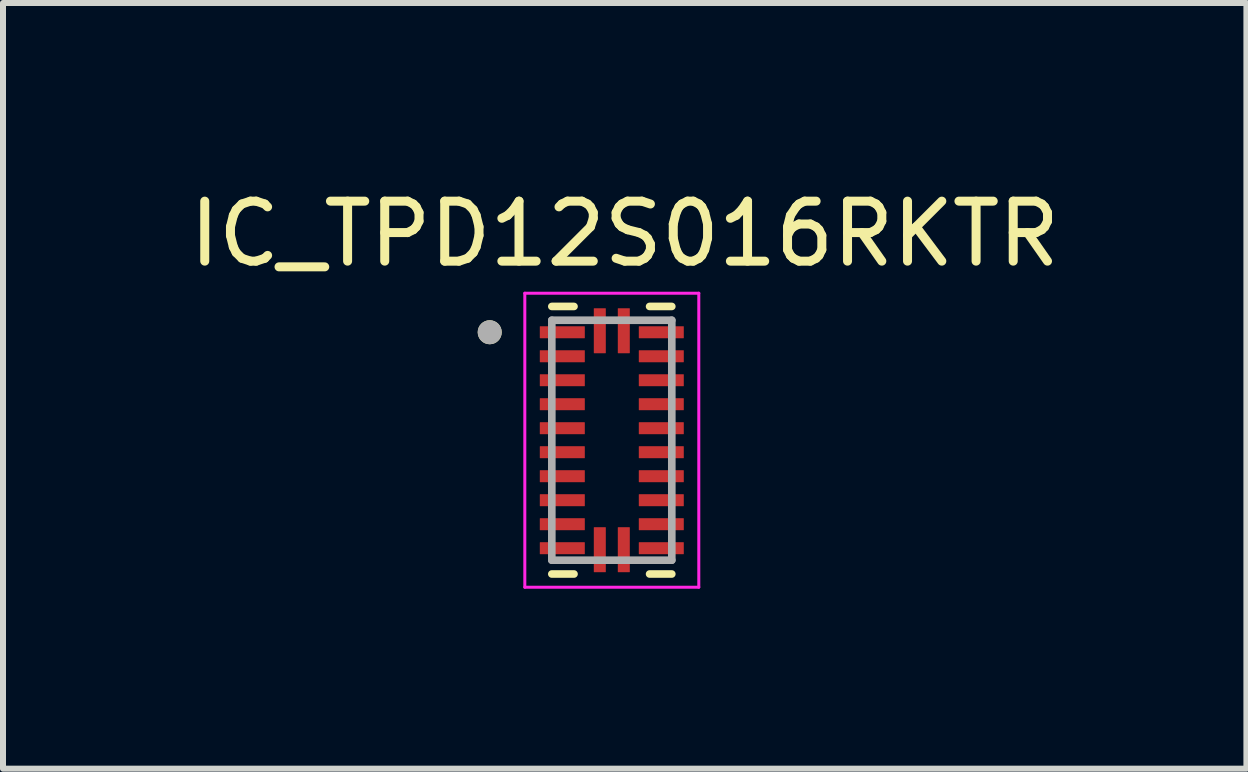
<source format=kicad_pcb>
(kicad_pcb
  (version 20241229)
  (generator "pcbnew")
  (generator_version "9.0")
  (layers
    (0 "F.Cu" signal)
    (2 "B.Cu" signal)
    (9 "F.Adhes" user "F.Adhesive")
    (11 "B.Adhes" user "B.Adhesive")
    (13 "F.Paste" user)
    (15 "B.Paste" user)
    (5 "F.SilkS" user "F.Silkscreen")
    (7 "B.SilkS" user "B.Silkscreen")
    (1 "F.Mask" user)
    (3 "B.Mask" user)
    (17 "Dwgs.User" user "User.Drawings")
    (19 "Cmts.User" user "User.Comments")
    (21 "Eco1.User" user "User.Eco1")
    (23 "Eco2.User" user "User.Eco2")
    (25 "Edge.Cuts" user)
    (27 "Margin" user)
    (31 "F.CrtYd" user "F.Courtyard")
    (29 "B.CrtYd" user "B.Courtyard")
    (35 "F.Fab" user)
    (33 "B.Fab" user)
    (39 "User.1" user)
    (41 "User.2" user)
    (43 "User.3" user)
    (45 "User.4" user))
  (footprint "IC_TPD12S016RKTR"
    (layer "F.Cu")
    (at 7.148 4.288)
    (property "Reference" "IC_TPD12S016RKTR" (at 0.215 -3.44 0) (layer "F.SilkS") (effects (font (size 1 1) (thickness 0.15))))
    (attr through_hole)
    (fp_poly (pts (xy -0.412 -1.887) (xy -0.412 -1.712) (xy -0.413 -1.71) (xy -0.413 -1.707) (xy -0.413 -1.705) (xy -0.414 -1.702) (xy -0.414 -1.7) (xy -0.415 -1.697) (xy -0.416 -1.695) (xy -0.417 -1.692) (xy -0.418 -1.69) (xy -0.419 -1.688) (xy -0.421 -1.685) (xy -0.422 -1.683) (xy -0.424 -1.681) (xy -0.425 -1.679) (xy -0.427 -1.677) (xy -0.429 -1.675) (xy -0.431 -1.674) (xy -0.433 -1.672) (xy -0.435 -1.671) (xy -0.437 -1.669) (xy -0.44 -1.668) (xy -0.442 -1.667) (xy -0.445 -1.666) (xy -0.447 -1.665) (xy -0.45 -1.664) (xy -0.452 -1.664) (xy -0.455 -1.663) (xy -0.457 -1.663) (xy -0.46 -1.663) (xy -0.463 -1.663) (xy -1.188 -1.663) (xy -1.19 -1.663) (xy -1.193 -1.663) (xy -1.195 -1.663) (xy -1.198 -1.664) (xy -1.2 -1.664) (xy -1.203 -1.665) (xy -1.205 -1.666) (xy -1.208 -1.667) (xy -1.21 -1.668) (xy -1.212 -1.669) (xy -1.215 -1.671) (xy -1.217 -1.672) (xy -1.219 -1.674) (xy -1.221 -1.675) (xy -1.223 -1.677) (xy -1.225 -1.679) (xy -1.226 -1.681) (xy -1.228 -1.683) (xy -1.229 -1.685) (xy -1.231 -1.688) (xy -1.232 -1.69) (xy -1.233 -1.692) (xy -1.234 -1.695) (xy -1.235 -1.697) (xy -1.236 -1.7) (xy -1.236 -1.702) (xy -1.237 -1.705) (xy -1.237 -1.707) (xy -1.237 -1.71) (xy -1.238 -1.712) (xy -1.238 -1.887) (xy -1.237 -1.89) (xy -1.237 -1.893) (xy -1.237 -1.895) (xy -1.236 -1.898) (xy -1.236 -1.9) (xy -1.235 -1.903) (xy -1.234 -1.905) (xy -1.233 -1.908) (xy -1.232 -1.91) (xy -1.231 -1.913) (xy -1.229 -1.915) (xy -1.228 -1.917) (xy -1.226 -1.919) (xy -1.225 -1.921) (xy -1.223 -1.923) (xy -1.221 -1.925) (xy -1.219 -1.926) (xy -1.217 -1.928) (xy -1.215 -1.929) (xy -1.212 -1.931) (xy -1.21 -1.932) (xy -1.208 -1.933) (xy -1.205 -1.934) (xy -1.203 -1.935) (xy -1.2 -1.936) (xy -1.198 -1.936) (xy -1.195 -1.937) (xy -1.193 -1.937) (xy -1.19 -1.937) (xy -1.188 -1.938) (xy -0.463 -1.938) (xy -0.46 -1.937) (xy -0.457 -1.937) (xy -0.455 -1.937) (xy -0.452 -1.936) (xy -0.45 -1.936) (xy -0.447 -1.935) (xy -0.445 -1.934) (xy -0.442 -1.933) (xy -0.44 -1.932) (xy -0.438 -1.931) (xy -0.435 -1.929) (xy -0.433 -1.928) (xy -0.431 -1.926) (xy -0.429 -1.925) (xy -0.427 -1.923) (xy -0.425 -1.921) (xy -0.424 -1.919) (xy -0.422 -1.917) (xy -0.421 -1.915) (xy -0.419 -1.913) (xy -0.418 -1.91) (xy -0.417 -1.908) (xy -0.416 -1.905) (xy -0.415 -1.903) (xy -0.414 -1.9) (xy -0.414 -1.898) (xy -0.413 -1.895) (xy -0.413 -1.893) (xy -0.413 -1.89) (xy -0.412 -1.887) (xy -0.412 -1.887)) (stroke (width 0.01) (type solid)) (fill yes) (layer "F.Mask"))
    (fp_poly (pts (xy -0.412 -1.488) (xy -0.412 -1.313) (xy -0.413 -1.31) (xy -0.413 -1.307) (xy -0.413 -1.305) (xy -0.414 -1.302) (xy -0.414 -1.3) (xy -0.415 -1.297) (xy -0.416 -1.295) (xy -0.417 -1.292) (xy -0.418 -1.29) (xy -0.419 -1.288) (xy -0.421 -1.285) (xy -0.422 -1.283) (xy -0.424 -1.281) (xy -0.425 -1.279) (xy -0.427 -1.277) (xy -0.429 -1.275) (xy -0.431 -1.274) (xy -0.433 -1.272) (xy -0.435 -1.271) (xy -0.438 -1.269) (xy -0.44 -1.268) (xy -0.442 -1.267) (xy -0.445 -1.266) (xy -0.447 -1.265) (xy -0.45 -1.264) (xy -0.452 -1.264) (xy -0.455 -1.263) (xy -0.457 -1.263) (xy -0.46 -1.263) (xy -0.463 -1.262) (xy -1.188 -1.262) (xy -1.19 -1.263) (xy -1.193 -1.263) (xy -1.195 -1.263) (xy -1.198 -1.264) (xy -1.2 -1.264) (xy -1.203 -1.265) (xy -1.205 -1.266) (xy -1.208 -1.267) (xy -1.21 -1.268) (xy -1.212 -1.269) (xy -1.215 -1.271) (xy -1.217 -1.272) (xy -1.219 -1.274) (xy -1.221 -1.275) (xy -1.223 -1.277) (xy -1.225 -1.279) (xy -1.226 -1.281) (xy -1.228 -1.283) (xy -1.229 -1.285) (xy -1.231 -1.288) (xy -1.232 -1.29) (xy -1.233 -1.292) (xy -1.234 -1.295) (xy -1.235 -1.297) (xy -1.236 -1.3) (xy -1.236 -1.302) (xy -1.237 -1.305) (xy -1.237 -1.307) (xy -1.237 -1.31) (xy -1.238 -1.313) (xy -1.238 -1.488) (xy -1.237 -1.49) (xy -1.237 -1.493) (xy -1.237 -1.495) (xy -1.236 -1.498) (xy -1.236 -1.5) (xy -1.235 -1.503) (xy -1.234 -1.505) (xy -1.233 -1.508) (xy -1.232 -1.51) (xy -1.231 -1.513) (xy -1.229 -1.515) (xy -1.228 -1.517) (xy -1.226 -1.519) (xy -1.225 -1.521) (xy -1.223 -1.523) (xy -1.221 -1.525) (xy -1.219 -1.526) (xy -1.217 -1.528) (xy -1.215 -1.529) (xy -1.212 -1.531) (xy -1.21 -1.532) (xy -1.208 -1.533) (xy -1.205 -1.534) (xy -1.203 -1.535) (xy -1.2 -1.536) (xy -1.198 -1.536) (xy -1.195 -1.537) (xy -1.193 -1.537) (xy -1.19 -1.537) (xy -1.188 -1.538) (xy -0.463 -1.538) (xy -0.46 -1.537) (xy -0.457 -1.537) (xy -0.455 -1.537) (xy -0.452 -1.536) (xy -0.45 -1.536) (xy -0.447 -1.535) (xy -0.445 -1.534) (xy -0.442 -1.533) (xy -0.44 -1.532) (xy -0.438 -1.531) (xy -0.435 -1.529) (xy -0.433 -1.528) (xy -0.431 -1.526) (xy -0.429 -1.525) (xy -0.427 -1.523) (xy -0.425 -1.521) (xy -0.424 -1.519) (xy -0.422 -1.517) (xy -0.421 -1.515) (xy -0.419 -1.513) (xy -0.418 -1.51) (xy -0.417 -1.508) (xy -0.416 -1.505) (xy -0.415 -1.503) (xy -0.414 -1.5) (xy -0.414 -1.498) (xy -0.413 -1.495) (xy -0.413 -1.493) (xy -0.413 -1.49) (xy -0.412 -1.488) (xy -0.412 -1.488)) (stroke (width 0.01) (type solid)) (fill yes) (layer "F.Mask"))
    (fp_poly (pts (xy -0.412 -1.087) (xy -0.412 -0.912) (xy -0.413 -0.91) (xy -0.413 -0.907) (xy -0.413 -0.905) (xy -0.414 -0.902) (xy -0.414 -0.9) (xy -0.415 -0.897) (xy -0.416 -0.895) (xy -0.417 -0.892) (xy -0.418 -0.89) (xy -0.419 -0.887) (xy -0.421 -0.885) (xy -0.422 -0.883) (xy -0.424 -0.881) (xy -0.425 -0.879) (xy -0.427 -0.877) (xy -0.429 -0.875) (xy -0.431 -0.874) (xy -0.433 -0.872) (xy -0.435 -0.871) (xy -0.437 -0.869) (xy -0.44 -0.868) (xy -0.442 -0.867) (xy -0.445 -0.866) (xy -0.447 -0.865) (xy -0.45 -0.864) (xy -0.452 -0.864) (xy -0.455 -0.863) (xy -0.457 -0.863) (xy -0.46 -0.863) (xy -0.463 -0.863) (xy -1.188 -0.863) (xy -1.19 -0.863) (xy -1.193 -0.863) (xy -1.195 -0.863) (xy -1.198 -0.864) (xy -1.2 -0.864) (xy -1.203 -0.865) (xy -1.205 -0.866) (xy -1.208 -0.867) (xy -1.21 -0.868) (xy -1.212 -0.869) (xy -1.215 -0.871) (xy -1.217 -0.872) (xy -1.219 -0.874) (xy -1.221 -0.875) (xy -1.223 -0.877) (xy -1.225 -0.879) (xy -1.226 -0.881) (xy -1.228 -0.883) (xy -1.229 -0.885) (xy -1.231 -0.887) (xy -1.232 -0.89) (xy -1.233 -0.892) (xy -1.234 -0.895) (xy -1.235 -0.897) (xy -1.236 -0.9) (xy -1.236 -0.902) (xy -1.237 -0.905) (xy -1.237 -0.907) (xy -1.237 -0.91) (xy -1.238 -0.912) (xy -1.238 -1.087) (xy -1.237 -1.09) (xy -1.237 -1.093) (xy -1.237 -1.095) (xy -1.236 -1.098) (xy -1.236 -1.1) (xy -1.235 -1.103) (xy -1.234 -1.105) (xy -1.233 -1.108) (xy -1.232 -1.11) (xy -1.231 -1.112) (xy -1.229 -1.115) (xy -1.228 -1.117) (xy -1.226 -1.119) (xy -1.225 -1.121) (xy -1.223 -1.123) (xy -1.221 -1.125) (xy -1.219 -1.126) (xy -1.217 -1.128) (xy -1.215 -1.129) (xy -1.212 -1.131) (xy -1.21 -1.132) (xy -1.208 -1.133) (xy -1.205 -1.134) (xy -1.203 -1.135) (xy -1.2 -1.136) (xy -1.198 -1.136) (xy -1.195 -1.137) (xy -1.193 -1.137) (xy -1.19 -1.137) (xy -1.188 -1.137) (xy -0.463 -1.137) (xy -0.46 -1.137) (xy -0.457 -1.137) (xy -0.455 -1.137) (xy -0.452 -1.136) (xy -0.45 -1.136) (xy -0.447 -1.135) (xy -0.445 -1.134) (xy -0.442 -1.133) (xy -0.44 -1.132) (xy -0.438 -1.131) (xy -0.435 -1.129) (xy -0.433 -1.128) (xy -0.431 -1.126) (xy -0.429 -1.125) (xy -0.427 -1.123) (xy -0.425 -1.121) (xy -0.424 -1.119) (xy -0.422 -1.117) (xy -0.421 -1.115) (xy -0.419 -1.112) (xy -0.418 -1.11) (xy -0.417 -1.108) (xy -0.416 -1.105) (xy -0.415 -1.103) (xy -0.414 -1.1) (xy -0.414 -1.098) (xy -0.413 -1.095) (xy -0.413 -1.093) (xy -0.413 -1.09) (xy -0.412 -1.087) (xy -0.412 -1.087)) (stroke (width 0.01) (type solid)) (fill yes) (layer "F.Mask"))
    (fp_poly (pts (xy -0.412 -0.688) (xy -0.412 -0.512) (xy -0.413 -0.51) (xy -0.413 -0.507) (xy -0.413 -0.505) (xy -0.414 -0.502) (xy -0.414 -0.5) (xy -0.415 -0.497) (xy -0.416 -0.495) (xy -0.417 -0.492) (xy -0.418 -0.49) (xy -0.419 -0.488) (xy -0.421 -0.485) (xy -0.422 -0.483) (xy -0.424 -0.481) (xy -0.425 -0.479) (xy -0.427 -0.477) (xy -0.429 -0.475) (xy -0.431 -0.474) (xy -0.433 -0.472) (xy -0.435 -0.471) (xy -0.437 -0.469) (xy -0.44 -0.468) (xy -0.442 -0.467) (xy -0.445 -0.466) (xy -0.447 -0.465) (xy -0.45 -0.464) (xy -0.452 -0.464) (xy -0.455 -0.463) (xy -0.457 -0.463) (xy -0.46 -0.463) (xy -0.463 -0.463) (xy -1.188 -0.463) (xy -1.19 -0.463) (xy -1.193 -0.463) (xy -1.195 -0.463) (xy -1.198 -0.464) (xy -1.2 -0.464) (xy -1.203 -0.465) (xy -1.205 -0.466) (xy -1.208 -0.467) (xy -1.21 -0.468) (xy -1.212 -0.469) (xy -1.215 -0.471) (xy -1.217 -0.472) (xy -1.219 -0.474) (xy -1.221 -0.475) (xy -1.223 -0.477) (xy -1.225 -0.479) (xy -1.226 -0.481) (xy -1.228 -0.483) (xy -1.229 -0.485) (xy -1.231 -0.488) (xy -1.232 -0.49) (xy -1.233 -0.492) (xy -1.234 -0.495) (xy -1.235 -0.497) (xy -1.236 -0.5) (xy -1.236 -0.502) (xy -1.237 -0.505) (xy -1.237 -0.507) (xy -1.237 -0.51) (xy -1.238 -0.512) (xy -1.238 -0.688) (xy -1.237 -0.69) (xy -1.237 -0.693) (xy -1.237 -0.695) (xy -1.236 -0.698) (xy -1.236 -0.7) (xy -1.235 -0.703) (xy -1.234 -0.705) (xy -1.233 -0.708) (xy -1.232 -0.71) (xy -1.231 -0.713) (xy -1.229 -0.715) (xy -1.228 -0.717) (xy -1.226 -0.719) (xy -1.225 -0.721) (xy -1.223 -0.723) (xy -1.221 -0.725) (xy -1.219 -0.726) (xy -1.217 -0.728) (xy -1.215 -0.729) (xy -1.212 -0.731) (xy -1.21 -0.732) (xy -1.208 -0.733) (xy -1.205 -0.734) (xy -1.203 -0.735) (xy -1.2 -0.736) (xy -1.198 -0.736) (xy -1.195 -0.737) (xy -1.193 -0.737) (xy -1.19 -0.737) (xy -1.188 -0.738) (xy -0.463 -0.738) (xy -0.46 -0.737) (xy -0.457 -0.737) (xy -0.455 -0.737) (xy -0.452 -0.736) (xy -0.45 -0.736) (xy -0.447 -0.735) (xy -0.445 -0.734) (xy -0.442 -0.733) (xy -0.44 -0.732) (xy -0.438 -0.731) (xy -0.435 -0.729) (xy -0.433 -0.728) (xy -0.431 -0.726) (xy -0.429 -0.725) (xy -0.427 -0.723) (xy -0.425 -0.721) (xy -0.424 -0.719) (xy -0.422 -0.717) (xy -0.421 -0.715) (xy -0.419 -0.713) (xy -0.418 -0.71) (xy -0.417 -0.708) (xy -0.416 -0.705) (xy -0.415 -0.703) (xy -0.414 -0.7) (xy -0.414 -0.698) (xy -0.413 -0.695) (xy -0.413 -0.693) (xy -0.413 -0.69) (xy -0.412 -0.688) (xy -0.412 -0.688)) (stroke (width 0.01) (type solid)) (fill yes) (layer "F.Mask"))
    (fp_poly (pts (xy -0.412 -0.287) (xy -0.412 -0.113) (xy -0.413 -0.11) (xy -0.413 -0.107) (xy -0.413 -0.105) (xy -0.414 -0.102) (xy -0.414 -0.1) (xy -0.415 -0.097) (xy -0.416 -0.095) (xy -0.417 -0.092) (xy -0.418 -0.09) (xy -0.419 -0.088) (xy -0.421 -0.085) (xy -0.422 -0.083) (xy -0.424 -0.081) (xy -0.425 -0.079) (xy -0.427 -0.077) (xy -0.429 -0.075) (xy -0.431 -0.074) (xy -0.433 -0.072) (xy -0.435 -0.071) (xy -0.438 -0.069) (xy -0.44 -0.068) (xy -0.442 -0.067) (xy -0.445 -0.066) (xy -0.447 -0.065) (xy -0.45 -0.064) (xy -0.452 -0.064) (xy -0.455 -0.063) (xy -0.457 -0.063) (xy -0.46 -0.063) (xy -0.463 -0.063) (xy -1.188 -0.063) (xy -1.19 -0.063) (xy -1.193 -0.063) (xy -1.195 -0.063) (xy -1.198 -0.064) (xy -1.2 -0.064) (xy -1.203 -0.065) (xy -1.205 -0.066) (xy -1.208 -0.067) (xy -1.21 -0.068) (xy -1.212 -0.069) (xy -1.215 -0.071) (xy -1.217 -0.072) (xy -1.219 -0.074) (xy -1.221 -0.075) (xy -1.223 -0.077) (xy -1.225 -0.079) (xy -1.226 -0.081) (xy -1.228 -0.083) (xy -1.229 -0.085) (xy -1.231 -0.088) (xy -1.232 -0.09) (xy -1.233 -0.092) (xy -1.234 -0.095) (xy -1.235 -0.097) (xy -1.236 -0.1) (xy -1.236 -0.102) (xy -1.237 -0.105) (xy -1.237 -0.107) (xy -1.237 -0.11) (xy -1.238 -0.113) (xy -1.238 -0.287) (xy -1.237 -0.29) (xy -1.237 -0.293) (xy -1.237 -0.295) (xy -1.236 -0.298) (xy -1.236 -0.3) (xy -1.235 -0.303) (xy -1.234 -0.305) (xy -1.233 -0.308) (xy -1.232 -0.31) (xy -1.231 -0.313) (xy -1.229 -0.315) (xy -1.228 -0.317) (xy -1.226 -0.319) (xy -1.225 -0.321) (xy -1.223 -0.323) (xy -1.221 -0.325) (xy -1.219 -0.326) (xy -1.217 -0.328) (xy -1.215 -0.329) (xy -1.212 -0.331) (xy -1.21 -0.332) (xy -1.208 -0.333) (xy -1.205 -0.334) (xy -1.203 -0.335) (xy -1.2 -0.336) (xy -1.198 -0.336) (xy -1.195 -0.337) (xy -1.193 -0.337) (xy -1.19 -0.337) (xy -1.188 -0.338) (xy -0.463 -0.338) (xy -0.46 -0.337) (xy -0.457 -0.337) (xy -0.455 -0.337) (xy -0.452 -0.336) (xy -0.45 -0.336) (xy -0.447 -0.335) (xy -0.445 -0.334) (xy -0.442 -0.333) (xy -0.44 -0.332) (xy -0.438 -0.331) (xy -0.435 -0.329) (xy -0.433 -0.328) (xy -0.431 -0.326) (xy -0.429 -0.325) (xy -0.427 -0.323) (xy -0.425 -0.321) (xy -0.424 -0.319) (xy -0.422 -0.317) (xy -0.421 -0.315) (xy -0.419 -0.313) (xy -0.418 -0.31) (xy -0.417 -0.308) (xy -0.416 -0.305) (xy -0.415 -0.303) (xy -0.414 -0.3) (xy -0.414 -0.298) (xy -0.413 -0.295) (xy -0.413 -0.293) (xy -0.413 -0.29) (xy -0.412 -0.287) (xy -0.412 -0.287)) (stroke (width 0.01) (type solid)) (fill yes) (layer "F.Mask"))
    (fp_poly (pts (xy -0.412 0.113) (xy -0.412 0.287) (xy -0.413 0.29) (xy -0.413 0.293) (xy -0.413 0.295) (xy -0.414 0.298) (xy -0.414 0.3) (xy -0.415 0.303) (xy -0.416 0.305) (xy -0.417 0.308) (xy -0.418 0.31) (xy -0.419 0.313) (xy -0.421 0.315) (xy -0.422 0.317) (xy -0.424 0.319) (xy -0.425 0.321) (xy -0.427 0.323) (xy -0.429 0.325) (xy -0.431 0.326) (xy -0.433 0.328) (xy -0.435 0.329) (xy -0.438 0.331) (xy -0.44 0.332) (xy -0.442 0.333) (xy -0.445 0.334) (xy -0.447 0.335) (xy -0.45 0.336) (xy -0.452 0.336) (xy -0.455 0.337) (xy -0.457 0.337) (xy -0.46 0.337) (xy -0.463 0.338) (xy -1.188 0.338) (xy -1.19 0.337) (xy -1.193 0.337) (xy -1.195 0.337) (xy -1.198 0.336) (xy -1.2 0.336) (xy -1.203 0.335) (xy -1.205 0.334) (xy -1.208 0.333) (xy -1.21 0.332) (xy -1.212 0.331) (xy -1.215 0.329) (xy -1.217 0.328) (xy -1.219 0.326) (xy -1.221 0.325) (xy -1.223 0.323) (xy -1.225 0.321) (xy -1.226 0.319) (xy -1.228 0.317) (xy -1.229 0.315) (xy -1.231 0.313) (xy -1.232 0.31) (xy -1.233 0.308) (xy -1.234 0.305) (xy -1.235 0.303) (xy -1.236 0.3) (xy -1.236 0.298) (xy -1.237 0.295) (xy -1.237 0.293) (xy -1.237 0.29) (xy -1.238 0.287) (xy -1.238 0.113) (xy -1.237 0.11) (xy -1.237 0.107) (xy -1.237 0.105) (xy -1.236 0.102) (xy -1.236 0.1) (xy -1.235 0.097) (xy -1.234 0.095) (xy -1.233 0.092) (xy -1.232 0.09) (xy -1.231 0.088) (xy -1.229 0.085) (xy -1.228 0.083) (xy -1.226 0.081) (xy -1.225 0.079) (xy -1.223 0.077) (xy -1.221 0.075) (xy -1.219 0.074) (xy -1.217 0.072) (xy -1.215 0.071) (xy -1.212 0.069) (xy -1.21 0.068) (xy -1.208 0.067) (xy -1.205 0.066) (xy -1.203 0.065) (xy -1.2 0.064) (xy -1.198 0.064) (xy -1.195 0.063) (xy -1.193 0.063) (xy -1.19 0.063) (xy -1.188 0.063) (xy -0.463 0.063) (xy -0.46 0.063) (xy -0.457 0.063) (xy -0.455 0.063) (xy -0.452 0.064) (xy -0.45 0.064) (xy -0.447 0.065) (xy -0.445 0.066) (xy -0.442 0.067) (xy -0.44 0.068) (xy -0.438 0.069) (xy -0.435 0.071) (xy -0.433 0.072) (xy -0.431 0.074) (xy -0.429 0.075) (xy -0.427 0.077) (xy -0.425 0.079) (xy -0.424 0.081) (xy -0.422 0.083) (xy -0.421 0.085) (xy -0.419 0.088) (xy -0.418 0.09) (xy -0.417 0.092) (xy -0.416 0.095) (xy -0.415 0.097) (xy -0.414 0.1) (xy -0.414 0.102) (xy -0.413 0.105) (xy -0.413 0.107) (xy -0.413 0.11) (xy -0.412 0.113) (xy -0.412 0.113)) (stroke (width 0.01) (type solid)) (fill yes) (layer "F.Mask"))
    (fp_poly (pts (xy -0.412 0.512) (xy -0.412 0.688) (xy -0.413 0.69) (xy -0.413 0.693) (xy -0.413 0.695) (xy -0.414 0.698) (xy -0.414 0.7) (xy -0.415 0.703) (xy -0.416 0.705) (xy -0.417 0.708) (xy -0.418 0.71) (xy -0.419 0.713) (xy -0.421 0.715) (xy -0.422 0.717) (xy -0.424 0.719) (xy -0.425 0.721) (xy -0.427 0.723) (xy -0.429 0.725) (xy -0.431 0.726) (xy -0.433 0.728) (xy -0.435 0.729) (xy -0.438 0.731) (xy -0.44 0.732) (xy -0.442 0.733) (xy -0.445 0.734) (xy -0.447 0.735) (xy -0.45 0.736) (xy -0.452 0.736) (xy -0.455 0.737) (xy -0.457 0.737) (xy -0.46 0.737) (xy -0.463 0.738) (xy -1.188 0.738) (xy -1.19 0.737) (xy -1.193 0.737) (xy -1.195 0.737) (xy -1.198 0.736) (xy -1.2 0.736) (xy -1.203 0.735) (xy -1.205 0.734) (xy -1.208 0.733) (xy -1.21 0.732) (xy -1.212 0.731) (xy -1.215 0.729) (xy -1.217 0.728) (xy -1.219 0.726) (xy -1.221 0.725) (xy -1.223 0.723) (xy -1.225 0.721) (xy -1.226 0.719) (xy -1.228 0.717) (xy -1.229 0.715) (xy -1.231 0.713) (xy -1.232 0.71) (xy -1.233 0.708) (xy -1.234 0.705) (xy -1.235 0.703) (xy -1.236 0.7) (xy -1.236 0.698) (xy -1.237 0.695) (xy -1.237 0.693) (xy -1.237 0.69) (xy -1.238 0.688) (xy -1.238 0.512) (xy -1.237 0.51) (xy -1.237 0.507) (xy -1.237 0.505) (xy -1.236 0.502) (xy -1.236 0.5) (xy -1.235 0.497) (xy -1.234 0.495) (xy -1.233 0.492) (xy -1.232 0.49) (xy -1.231 0.488) (xy -1.229 0.485) (xy -1.228 0.483) (xy -1.226 0.481) (xy -1.225 0.479) (xy -1.223 0.477) (xy -1.221 0.475) (xy -1.219 0.474) (xy -1.217 0.472) (xy -1.215 0.471) (xy -1.212 0.469) (xy -1.21 0.468) (xy -1.208 0.467) (xy -1.205 0.466) (xy -1.203 0.465) (xy -1.2 0.464) (xy -1.198 0.464) (xy -1.195 0.463) (xy -1.193 0.463) (xy -1.19 0.463) (xy -1.188 0.463) (xy -0.463 0.463) (xy -0.46 0.463) (xy -0.457 0.463) (xy -0.455 0.463) (xy -0.452 0.464) (xy -0.45 0.464) (xy -0.447 0.465) (xy -0.445 0.466) (xy -0.442 0.467) (xy -0.44 0.468) (xy -0.437 0.469) (xy -0.435 0.471) (xy -0.433 0.472) (xy -0.431 0.474) (xy -0.429 0.475) (xy -0.427 0.477) (xy -0.425 0.479) (xy -0.424 0.481) (xy -0.422 0.483) (xy -0.421 0.485) (xy -0.419 0.488) (xy -0.418 0.49) (xy -0.417 0.492) (xy -0.416 0.495) (xy -0.415 0.497) (xy -0.414 0.5) (xy -0.414 0.502) (xy -0.413 0.505) (xy -0.413 0.507) (xy -0.413 0.51) (xy -0.412 0.512) (xy -0.412 0.512)) (stroke (width 0.01) (type solid)) (fill yes) (layer "F.Mask"))
    (fp_poly (pts (xy -0.412 0.912) (xy -0.412 1.087) (xy -0.413 1.09) (xy -0.413 1.093) (xy -0.413 1.095) (xy -0.414 1.098) (xy -0.414 1.1) (xy -0.415 1.103) (xy -0.416 1.105) (xy -0.417 1.108) (xy -0.418 1.11) (xy -0.419 1.112) (xy -0.421 1.115) (xy -0.422 1.117) (xy -0.424 1.119) (xy -0.425 1.121) (xy -0.427 1.123) (xy -0.429 1.125) (xy -0.431 1.126) (xy -0.433 1.128) (xy -0.435 1.129) (xy -0.438 1.131) (xy -0.44 1.132) (xy -0.442 1.133) (xy -0.445 1.134) (xy -0.447 1.135) (xy -0.45 1.136) (xy -0.452 1.136) (xy -0.455 1.137) (xy -0.457 1.137) (xy -0.46 1.137) (xy -0.463 1.137) (xy -1.188 1.137) (xy -1.19 1.137) (xy -1.193 1.137) (xy -1.195 1.137) (xy -1.198 1.136) (xy -1.2 1.136) (xy -1.203 1.135) (xy -1.205 1.134) (xy -1.208 1.133) (xy -1.21 1.132) (xy -1.212 1.131) (xy -1.215 1.129) (xy -1.217 1.128) (xy -1.219 1.126) (xy -1.221 1.125) (xy -1.223 1.123) (xy -1.225 1.121) (xy -1.226 1.119) (xy -1.228 1.117) (xy -1.229 1.115) (xy -1.231 1.112) (xy -1.232 1.11) (xy -1.233 1.108) (xy -1.234 1.105) (xy -1.235 1.103) (xy -1.236 1.1) (xy -1.236 1.098) (xy -1.237 1.095) (xy -1.237 1.093) (xy -1.237 1.09) (xy -1.238 1.087) (xy -1.238 0.912) (xy -1.237 0.91) (xy -1.237 0.907) (xy -1.237 0.905) (xy -1.236 0.902) (xy -1.236 0.9) (xy -1.235 0.897) (xy -1.234 0.895) (xy -1.233 0.892) (xy -1.232 0.89) (xy -1.231 0.887) (xy -1.229 0.885) (xy -1.228 0.883) (xy -1.226 0.881) (xy -1.225 0.879) (xy -1.223 0.877) (xy -1.221 0.875) (xy -1.219 0.874) (xy -1.217 0.872) (xy -1.215 0.871) (xy -1.212 0.869) (xy -1.21 0.868) (xy -1.208 0.867) (xy -1.205 0.866) (xy -1.203 0.865) (xy -1.2 0.864) (xy -1.198 0.864) (xy -1.195 0.863) (xy -1.193 0.863) (xy -1.19 0.863) (xy -1.188 0.863) (xy -0.463 0.863) (xy -0.46 0.863) (xy -0.457 0.863) (xy -0.455 0.863) (xy -0.452 0.864) (xy -0.45 0.864) (xy -0.447 0.865) (xy -0.445 0.866) (xy -0.442 0.867) (xy -0.44 0.868) (xy -0.437 0.869) (xy -0.435 0.871) (xy -0.433 0.872) (xy -0.431 0.874) (xy -0.429 0.875) (xy -0.427 0.877) (xy -0.425 0.879) (xy -0.424 0.881) (xy -0.422 0.883) (xy -0.421 0.885) (xy -0.419 0.887) (xy -0.418 0.89) (xy -0.417 0.892) (xy -0.416 0.895) (xy -0.415 0.897) (xy -0.414 0.9) (xy -0.414 0.902) (xy -0.413 0.905) (xy -0.413 0.907) (xy -0.413 0.91) (xy -0.412 0.912) (xy -0.412 0.912)) (stroke (width 0.01) (type solid)) (fill yes) (layer "F.Mask"))
    (fp_poly (pts (xy -0.412 1.312) (xy -0.412 1.488) (xy -0.413 1.49) (xy -0.413 1.493) (xy -0.413 1.495) (xy -0.414 1.498) (xy -0.414 1.5) (xy -0.415 1.503) (xy -0.416 1.505) (xy -0.417 1.508) (xy -0.418 1.51) (xy -0.419 1.513) (xy -0.421 1.515) (xy -0.422 1.517) (xy -0.424 1.519) (xy -0.425 1.521) (xy -0.427 1.523) (xy -0.429 1.525) (xy -0.431 1.526) (xy -0.433 1.528) (xy -0.435 1.529) (xy -0.438 1.531) (xy -0.44 1.532) (xy -0.442 1.533) (xy -0.445 1.534) (xy -0.447 1.535) (xy -0.45 1.536) (xy -0.452 1.536) (xy -0.455 1.537) (xy -0.457 1.537) (xy -0.46 1.537) (xy -0.463 1.538) (xy -1.188 1.538) (xy -1.19 1.537) (xy -1.193 1.537) (xy -1.195 1.537) (xy -1.198 1.536) (xy -1.2 1.536) (xy -1.203 1.535) (xy -1.205 1.534) (xy -1.208 1.533) (xy -1.21 1.532) (xy -1.212 1.531) (xy -1.215 1.529) (xy -1.217 1.528) (xy -1.219 1.526) (xy -1.221 1.525) (xy -1.223 1.523) (xy -1.225 1.521) (xy -1.226 1.519) (xy -1.228 1.517) (xy -1.229 1.515) (xy -1.231 1.513) (xy -1.232 1.51) (xy -1.233 1.508) (xy -1.234 1.505) (xy -1.235 1.503) (xy -1.236 1.5) (xy -1.236 1.498) (xy -1.237 1.495) (xy -1.237 1.493) (xy -1.237 1.49) (xy -1.238 1.488) (xy -1.238 1.313) (xy -1.237 1.31) (xy -1.237 1.307) (xy -1.237 1.305) (xy -1.236 1.302) (xy -1.236 1.3) (xy -1.235 1.297) (xy -1.234 1.295) (xy -1.233 1.292) (xy -1.232 1.29) (xy -1.231 1.288) (xy -1.229 1.285) (xy -1.228 1.283) (xy -1.226 1.281) (xy -1.225 1.279) (xy -1.223 1.277) (xy -1.221 1.275) (xy -1.219 1.274) (xy -1.217 1.272) (xy -1.215 1.271) (xy -1.212 1.269) (xy -1.21 1.268) (xy -1.208 1.267) (xy -1.205 1.266) (xy -1.203 1.265) (xy -1.2 1.264) (xy -1.198 1.264) (xy -1.195 1.263) (xy -1.193 1.263) (xy -1.19 1.263) (xy -1.188 1.262) (xy -0.463 1.262) (xy -0.46 1.263) (xy -0.457 1.263) (xy -0.455 1.263) (xy -0.452 1.264) (xy -0.45 1.264) (xy -0.447 1.265) (xy -0.445 1.266) (xy -0.442 1.267) (xy -0.44 1.268) (xy -0.438 1.269) (xy -0.435 1.271) (xy -0.433 1.272) (xy -0.431 1.274) (xy -0.429 1.275) (xy -0.427 1.277) (xy -0.425 1.279) (xy -0.424 1.281) (xy -0.422 1.283) (xy -0.421 1.285) (xy -0.419 1.288) (xy -0.418 1.29) (xy -0.417 1.292) (xy -0.416 1.295) (xy -0.415 1.297) (xy -0.414 1.3) (xy -0.414 1.302) (xy -0.413 1.305) (xy -0.413 1.307) (xy -0.413 1.31) (xy -0.412 1.313) (xy -0.412 1.312)) (stroke (width 0.01) (type solid)) (fill yes) (layer "F.Mask"))
    (fp_poly (pts (xy -0.412 1.712) (xy -0.412 1.887) (xy -0.413 1.89) (xy -0.413 1.893) (xy -0.413 1.895) (xy -0.414 1.898) (xy -0.414 1.9) (xy -0.415 1.903) (xy -0.416 1.905) (xy -0.417 1.908) (xy -0.418 1.91) (xy -0.419 1.913) (xy -0.421 1.915) (xy -0.422 1.917) (xy -0.424 1.919) (xy -0.425 1.921) (xy -0.427 1.923) (xy -0.429 1.925) (xy -0.431 1.926) (xy -0.433 1.928) (xy -0.435 1.929) (xy -0.438 1.931) (xy -0.44 1.932) (xy -0.442 1.933) (xy -0.445 1.934) (xy -0.447 1.935) (xy -0.45 1.936) (xy -0.452 1.936) (xy -0.455 1.937) (xy -0.457 1.937) (xy -0.46 1.937) (xy -0.463 1.938) (xy -1.188 1.938) (xy -1.19 1.937) (xy -1.193 1.937) (xy -1.195 1.937) (xy -1.198 1.936) (xy -1.2 1.936) (xy -1.203 1.935) (xy -1.205 1.934) (xy -1.208 1.933) (xy -1.21 1.932) (xy -1.212 1.931) (xy -1.215 1.929) (xy -1.217 1.928) (xy -1.219 1.926) (xy -1.221 1.925) (xy -1.223 1.923) (xy -1.225 1.921) (xy -1.226 1.919) (xy -1.228 1.917) (xy -1.229 1.915) (xy -1.231 1.913) (xy -1.232 1.91) (xy -1.233 1.908) (xy -1.234 1.905) (xy -1.235 1.903) (xy -1.236 1.9) (xy -1.236 1.898) (xy -1.237 1.895) (xy -1.237 1.893) (xy -1.237 1.89) (xy -1.238 1.887) (xy -1.238 1.712) (xy -1.237 1.71) (xy -1.237 1.707) (xy -1.237 1.705) (xy -1.236 1.702) (xy -1.236 1.7) (xy -1.235 1.697) (xy -1.234 1.695) (xy -1.233 1.692) (xy -1.232 1.69) (xy -1.231 1.688) (xy -1.229 1.685) (xy -1.228 1.683) (xy -1.226 1.681) (xy -1.225 1.679) (xy -1.223 1.677) (xy -1.221 1.675) (xy -1.219 1.674) (xy -1.217 1.672) (xy -1.215 1.671) (xy -1.212 1.669) (xy -1.21 1.668) (xy -1.208 1.667) (xy -1.205 1.666) (xy -1.203 1.665) (xy -1.2 1.664) (xy -1.198 1.664) (xy -1.195 1.663) (xy -1.193 1.663) (xy -1.19 1.663) (xy -1.188 1.663) (xy -0.463 1.663) (xy -0.46 1.663) (xy -0.457 1.663) (xy -0.455 1.663) (xy -0.452 1.664) (xy -0.45 1.664) (xy -0.447 1.665) (xy -0.445 1.666) (xy -0.442 1.667) (xy -0.44 1.668) (xy -0.437 1.669) (xy -0.435 1.671) (xy -0.433 1.672) (xy -0.431 1.674) (xy -0.429 1.675) (xy -0.427 1.677) (xy -0.425 1.679) (xy -0.424 1.681) (xy -0.422 1.683) (xy -0.421 1.685) (xy -0.419 1.688) (xy -0.418 1.69) (xy -0.417 1.692) (xy -0.416 1.695) (xy -0.415 1.697) (xy -0.414 1.7) (xy -0.414 1.702) (xy -0.413 1.705) (xy -0.413 1.707) (xy -0.413 1.71) (xy -0.412 1.712) (xy -0.412 1.712)) (stroke (width 0.01) (type solid)) (fill yes) (layer "F.Mask"))
    (fp_poly (pts (xy -0.287 -2.237) (xy -0.113 -2.237) (xy -0.11 -2.237) (xy -0.107 -2.237) (xy -0.105 -2.237) (xy -0.102 -2.236) (xy -0.1 -2.236) (xy -0.097 -2.235) (xy -0.095 -2.234) (xy -0.092 -2.233) (xy -0.09 -2.232) (xy -0.087 -2.231) (xy -0.085 -2.229) (xy -0.083 -2.228) (xy -0.081 -2.226) (xy -0.079 -2.225) (xy -0.077 -2.223) (xy -0.075 -2.221) (xy -0.074 -2.219) (xy -0.072 -2.217) (xy -0.071 -2.215) (xy -0.069 -2.212) (xy -0.068 -2.21) (xy -0.067 -2.208) (xy -0.066 -2.205) (xy -0.065 -2.203) (xy -0.064 -2.2) (xy -0.064 -2.198) (xy -0.063 -2.195) (xy -0.063 -2.193) (xy -0.063 -2.19) (xy -0.063 -2.188) (xy -0.063 -1.462) (xy -0.063 -1.46) (xy -0.063 -1.457) (xy -0.063 -1.455) (xy -0.064 -1.452) (xy -0.064 -1.45) (xy -0.065 -1.447) (xy -0.066 -1.445) (xy -0.067 -1.442) (xy -0.068 -1.44) (xy -0.069 -1.438) (xy -0.071 -1.435) (xy -0.072 -1.433) (xy -0.074 -1.431) (xy -0.075 -1.429) (xy -0.077 -1.427) (xy -0.079 -1.425) (xy -0.081 -1.424) (xy -0.083 -1.422) (xy -0.085 -1.421) (xy -0.087 -1.419) (xy -0.09 -1.418) (xy -0.092 -1.417) (xy -0.095 -1.416) (xy -0.097 -1.415) (xy -0.1 -1.414) (xy -0.102 -1.414) (xy -0.105 -1.413) (xy -0.107 -1.413) (xy -0.11 -1.413) (xy -0.113 -1.413) (xy -0.287 -1.413) (xy -0.29 -1.413) (xy -0.293 -1.413) (xy -0.295 -1.413) (xy -0.298 -1.414) (xy -0.3 -1.414) (xy -0.303 -1.415) (xy -0.305 -1.416) (xy -0.308 -1.417) (xy -0.31 -1.418) (xy -0.313 -1.419) (xy -0.315 -1.421) (xy -0.317 -1.422) (xy -0.319 -1.424) (xy -0.321 -1.425) (xy -0.323 -1.427) (xy -0.325 -1.429) (xy -0.326 -1.431) (xy -0.328 -1.433) (xy -0.329 -1.435) (xy -0.331 -1.438) (xy -0.332 -1.44) (xy -0.333 -1.442) (xy -0.334 -1.445) (xy -0.335 -1.447) (xy -0.336 -1.45) (xy -0.336 -1.452) (xy -0.337 -1.455) (xy -0.337 -1.457) (xy -0.337 -1.46) (xy -0.338 -1.462) (xy -0.338 -2.188) (xy -0.337 -2.19) (xy -0.337 -2.193) (xy -0.337 -2.195) (xy -0.336 -2.198) (xy -0.336 -2.2) (xy -0.335 -2.203) (xy -0.334 -2.205) (xy -0.333 -2.208) (xy -0.332 -2.21) (xy -0.331 -2.212) (xy -0.329 -2.215) (xy -0.328 -2.217) (xy -0.326 -2.219) (xy -0.325 -2.221) (xy -0.323 -2.223) (xy -0.321 -2.225) (xy -0.319 -2.226) (xy -0.317 -2.228) (xy -0.315 -2.229) (xy -0.313 -2.231) (xy -0.31 -2.232) (xy -0.308 -2.233) (xy -0.305 -2.234) (xy -0.303 -2.235) (xy -0.3 -2.236) (xy -0.298 -2.236) (xy -0.295 -2.237) (xy -0.293 -2.237) (xy -0.29 -2.237) (xy -0.287 -2.237) (xy -0.287 -2.237)) (stroke (width 0.01) (type solid)) (fill yes) (layer "F.Mask"))
    (fp_poly (pts (xy -0.287 1.413) (xy -0.113 1.413) (xy -0.11 1.413) (xy -0.107 1.413) (xy -0.105 1.413) (xy -0.102 1.414) (xy -0.1 1.414) (xy -0.097 1.415) (xy -0.095 1.416) (xy -0.092 1.417) (xy -0.09 1.418) (xy -0.087 1.419) (xy -0.085 1.421) (xy -0.083 1.422) (xy -0.081 1.424) (xy -0.079 1.425) (xy -0.077 1.427) (xy -0.075 1.429) (xy -0.074 1.431) (xy -0.072 1.433) (xy -0.071 1.435) (xy -0.069 1.438) (xy -0.068 1.44) (xy -0.067 1.442) (xy -0.066 1.445) (xy -0.065 1.447) (xy -0.064 1.45) (xy -0.064 1.452) (xy -0.063 1.455) (xy -0.063 1.457) (xy -0.063 1.46) (xy -0.063 1.462) (xy -0.063 2.188) (xy -0.063 2.19) (xy -0.063 2.193) (xy -0.063 2.195) (xy -0.064 2.198) (xy -0.064 2.2) (xy -0.065 2.203) (xy -0.066 2.205) (xy -0.067 2.208) (xy -0.068 2.21) (xy -0.069 2.212) (xy -0.071 2.215) (xy -0.072 2.217) (xy -0.074 2.219) (xy -0.075 2.221) (xy -0.077 2.223) (xy -0.079 2.225) (xy -0.081 2.226) (xy -0.083 2.228) (xy -0.085 2.229) (xy -0.087 2.231) (xy -0.09 2.232) (xy -0.092 2.233) (xy -0.095 2.234) (xy -0.097 2.235) (xy -0.1 2.236) (xy -0.102 2.236) (xy -0.105 2.237) (xy -0.107 2.237) (xy -0.11 2.237) (xy -0.113 2.237) (xy -0.287 2.237) (xy -0.29 2.237) (xy -0.293 2.237) (xy -0.295 2.237) (xy -0.298 2.236) (xy -0.3 2.236) (xy -0.303 2.235) (xy -0.305 2.234) (xy -0.308 2.233) (xy -0.31 2.232) (xy -0.313 2.231) (xy -0.315 2.229) (xy -0.317 2.228) (xy -0.319 2.226) (xy -0.321 2.225) (xy -0.323 2.223) (xy -0.325 2.221) (xy -0.326 2.219) (xy -0.328 2.217) (xy -0.329 2.215) (xy -0.331 2.212) (xy -0.332 2.21) (xy -0.333 2.208) (xy -0.334 2.205) (xy -0.335 2.203) (xy -0.336 2.2) (xy -0.336 2.198) (xy -0.337 2.195) (xy -0.337 2.193) (xy -0.337 2.19) (xy -0.338 2.188) (xy -0.338 1.462) (xy -0.337 1.46) (xy -0.337 1.457) (xy -0.337 1.455) (xy -0.336 1.452) (xy -0.336 1.45) (xy -0.335 1.447) (xy -0.334 1.445) (xy -0.333 1.442) (xy -0.332 1.44) (xy -0.331 1.438) (xy -0.329 1.435) (xy -0.328 1.433) (xy -0.326 1.431) (xy -0.325 1.429) (xy -0.323 1.427) (xy -0.321 1.425) (xy -0.319 1.424) (xy -0.317 1.422) (xy -0.315 1.421) (xy -0.313 1.419) (xy -0.31 1.418) (xy -0.308 1.417) (xy -0.305 1.416) (xy -0.303 1.415) (xy -0.3 1.414) (xy -0.298 1.414) (xy -0.295 1.413) (xy -0.293 1.413) (xy -0.29 1.413) (xy -0.287 1.413) (xy -0.287 1.413)) (stroke (width 0.01) (type solid)) (fill yes) (layer "F.Mask"))
    (fp_poly (pts (xy 0.113 -2.237) (xy 0.287 -2.237) (xy 0.29 -2.237) (xy 0.293 -2.237) (xy 0.295 -2.237) (xy 0.298 -2.236) (xy 0.3 -2.236) (xy 0.303 -2.235) (xy 0.305 -2.234) (xy 0.308 -2.233) (xy 0.31 -2.232) (xy 0.313 -2.231) (xy 0.315 -2.229) (xy 0.317 -2.228) (xy 0.319 -2.226) (xy 0.321 -2.225) (xy 0.323 -2.223) (xy 0.325 -2.221) (xy 0.326 -2.219) (xy 0.328 -2.217) (xy 0.329 -2.215) (xy 0.331 -2.212) (xy 0.332 -2.21) (xy 0.333 -2.208) (xy 0.334 -2.205) (xy 0.335 -2.203) (xy 0.336 -2.2) (xy 0.336 -2.198) (xy 0.337 -2.195) (xy 0.337 -2.193) (xy 0.337 -2.19) (xy 0.338 -2.188) (xy 0.338 -1.462) (xy 0.337 -1.46) (xy 0.337 -1.457) (xy 0.337 -1.455) (xy 0.336 -1.452) (xy 0.336 -1.45) (xy 0.335 -1.447) (xy 0.334 -1.445) (xy 0.333 -1.442) (xy 0.332 -1.44) (xy 0.331 -1.438) (xy 0.329 -1.435) (xy 0.328 -1.433) (xy 0.326 -1.431) (xy 0.325 -1.429) (xy 0.323 -1.427) (xy 0.321 -1.425) (xy 0.319 -1.424) (xy 0.317 -1.422) (xy 0.315 -1.421) (xy 0.313 -1.419) (xy 0.31 -1.418) (xy 0.308 -1.417) (xy 0.305 -1.416) (xy 0.303 -1.415) (xy 0.3 -1.414) (xy 0.298 -1.414) (xy 0.295 -1.413) (xy 0.293 -1.413) (xy 0.29 -1.413) (xy 0.287 -1.413) (xy 0.113 -1.413) (xy 0.11 -1.413) (xy 0.107 -1.413) (xy 0.105 -1.413) (xy 0.102 -1.414) (xy 0.1 -1.414) (xy 0.097 -1.415) (xy 0.095 -1.416) (xy 0.092 -1.417) (xy 0.09 -1.418) (xy 0.087 -1.419) (xy 0.085 -1.421) (xy 0.083 -1.422) (xy 0.081 -1.424) (xy 0.079 -1.425) (xy 0.077 -1.427) (xy 0.075 -1.429) (xy 0.074 -1.431) (xy 0.072 -1.433) (xy 0.071 -1.435) (xy 0.069 -1.438) (xy 0.068 -1.44) (xy 0.067 -1.442) (xy 0.066 -1.445) (xy 0.065 -1.447) (xy 0.064 -1.45) (xy 0.064 -1.452) (xy 0.063 -1.455) (xy 0.063 -1.457) (xy 0.063 -1.46) (xy 0.063 -1.462) (xy 0.063 -2.188) (xy 0.063 -2.19) (xy 0.063 -2.193) (xy 0.063 -2.195) (xy 0.064 -2.198) (xy 0.064 -2.2) (xy 0.065 -2.203) (xy 0.066 -2.205) (xy 0.067 -2.208) (xy 0.068 -2.21) (xy 0.069 -2.212) (xy 0.071 -2.215) (xy 0.072 -2.217) (xy 0.074 -2.219) (xy 0.075 -2.221) (xy 0.077 -2.223) (xy 0.079 -2.225) (xy 0.081 -2.226) (xy 0.083 -2.228) (xy 0.085 -2.229) (xy 0.087 -2.231) (xy 0.09 -2.232) (xy 0.092 -2.233) (xy 0.095 -2.234) (xy 0.097 -2.235) (xy 0.1 -2.236) (xy 0.102 -2.236) (xy 0.105 -2.237) (xy 0.107 -2.237) (xy 0.11 -2.237) (xy 0.113 -2.237) (xy 0.113 -2.237)) (stroke (width 0.01) (type solid)) (fill yes) (layer "F.Mask"))
    (fp_poly (pts (xy 0.113 1.413) (xy 0.287 1.413) (xy 0.29 1.413) (xy 0.293 1.413) (xy 0.295 1.413) (xy 0.298 1.414) (xy 0.3 1.414) (xy 0.303 1.415) (xy 0.305 1.416) (xy 0.308 1.417) (xy 0.31 1.418) (xy 0.313 1.419) (xy 0.315 1.421) (xy 0.317 1.422) (xy 0.319 1.424) (xy 0.321 1.425) (xy 0.323 1.427) (xy 0.325 1.429) (xy 0.326 1.431) (xy 0.328 1.433) (xy 0.329 1.435) (xy 0.331 1.438) (xy 0.332 1.44) (xy 0.333 1.442) (xy 0.334 1.445) (xy 0.335 1.447) (xy 0.336 1.45) (xy 0.336 1.452) (xy 0.337 1.455) (xy 0.337 1.457) (xy 0.337 1.46) (xy 0.338 1.462) (xy 0.338 2.188) (xy 0.337 2.19) (xy 0.337 2.193) (xy 0.337 2.195) (xy 0.336 2.198) (xy 0.336 2.2) (xy 0.335 2.203) (xy 0.334 2.205) (xy 0.333 2.208) (xy 0.332 2.21) (xy 0.331 2.212) (xy 0.329 2.215) (xy 0.328 2.217) (xy 0.326 2.219) (xy 0.325 2.221) (xy 0.323 2.223) (xy 0.321 2.225) (xy 0.319 2.226) (xy 0.317 2.228) (xy 0.315 2.229) (xy 0.313 2.231) (xy 0.31 2.232) (xy 0.308 2.233) (xy 0.305 2.234) (xy 0.303 2.235) (xy 0.3 2.236) (xy 0.298 2.236) (xy 0.295 2.237) (xy 0.293 2.237) (xy 0.29 2.237) (xy 0.287 2.237) (xy 0.113 2.237) (xy 0.11 2.237) (xy 0.107 2.237) (xy 0.105 2.237) (xy 0.102 2.236) (xy 0.1 2.236) (xy 0.097 2.235) (xy 0.095 2.234) (xy 0.092 2.233) (xy 0.09 2.232) (xy 0.087 2.231) (xy 0.085 2.229) (xy 0.083 2.228) (xy 0.081 2.226) (xy 0.079 2.225) (xy 0.077 2.223) (xy 0.075 2.221) (xy 0.074 2.219) (xy 0.072 2.217) (xy 0.071 2.215) (xy 0.069 2.212) (xy 0.068 2.21) (xy 0.067 2.208) (xy 0.066 2.205) (xy 0.065 2.203) (xy 0.064 2.2) (xy 0.064 2.198) (xy 0.063 2.195) (xy 0.063 2.193) (xy 0.063 2.19) (xy 0.063 2.188) (xy 0.063 1.462) (xy 0.063 1.46) (xy 0.063 1.457) (xy 0.063 1.455) (xy 0.064 1.452) (xy 0.064 1.45) (xy 0.065 1.447) (xy 0.066 1.445) (xy 0.067 1.442) (xy 0.068 1.44) (xy 0.069 1.438) (xy 0.071 1.435) (xy 0.072 1.433) (xy 0.074 1.431) (xy 0.075 1.429) (xy 0.077 1.427) (xy 0.079 1.425) (xy 0.081 1.424) (xy 0.083 1.422) (xy 0.085 1.421) (xy 0.087 1.419) (xy 0.09 1.418) (xy 0.092 1.417) (xy 0.095 1.416) (xy 0.097 1.415) (xy 0.1 1.414) (xy 0.102 1.414) (xy 0.105 1.413) (xy 0.107 1.413) (xy 0.11 1.413) (xy 0.113 1.413) (xy 0.113 1.413)) (stroke (width 0.01) (type solid)) (fill yes) (layer "F.Mask"))
    (fp_poly (pts (xy 1.238 -1.887) (xy 1.238 -1.712) (xy 1.237 -1.71) (xy 1.237 -1.707) (xy 1.237 -1.705) (xy 1.236 -1.702) (xy 1.236 -1.7) (xy 1.235 -1.697) (xy 1.234 -1.695) (xy 1.233 -1.692) (xy 1.232 -1.69) (xy 1.231 -1.688) (xy 1.229 -1.685) (xy 1.228 -1.683) (xy 1.226 -1.681) (xy 1.225 -1.679) (xy 1.223 -1.677) (xy 1.221 -1.675) (xy 1.219 -1.674) (xy 1.217 -1.672) (xy 1.215 -1.671) (xy 1.212 -1.669) (xy 1.21 -1.668) (xy 1.208 -1.667) (xy 1.205 -1.666) (xy 1.203 -1.665) (xy 1.2 -1.664) (xy 1.198 -1.664) (xy 1.195 -1.663) (xy 1.193 -1.663) (xy 1.19 -1.663) (xy 1.188 -1.663) (xy 0.463 -1.663) (xy 0.46 -1.663) (xy 0.457 -1.663) (xy 0.455 -1.663) (xy 0.452 -1.664) (xy 0.45 -1.664) (xy 0.447 -1.665) (xy 0.445 -1.666) (xy 0.442 -1.667) (xy 0.44 -1.668) (xy 0.437 -1.669) (xy 0.435 -1.671) (xy 0.433 -1.672) (xy 0.431 -1.674) (xy 0.429 -1.675) (xy 0.427 -1.677) (xy 0.425 -1.679) (xy 0.424 -1.681) (xy 0.422 -1.683) (xy 0.421 -1.685) (xy 0.419 -1.688) (xy 0.418 -1.69) (xy 0.417 -1.692) (xy 0.416 -1.695) (xy 0.415 -1.697) (xy 0.414 -1.7) (xy 0.414 -1.702) (xy 0.413 -1.705) (xy 0.413 -1.707) (xy 0.413 -1.71) (xy 0.412 -1.712) (xy 0.412 -1.887) (xy 0.413 -1.89) (xy 0.413 -1.893) (xy 0.413 -1.895) (xy 0.414 -1.898) (xy 0.414 -1.9) (xy 0.415 -1.903) (xy 0.416 -1.905) (xy 0.417 -1.908) (xy 0.418 -1.91) (xy 0.419 -1.913) (xy 0.421 -1.915) (xy 0.422 -1.917) (xy 0.424 -1.919) (xy 0.425 -1.921) (xy 0.427 -1.923) (xy 0.429 -1.925) (xy 0.431 -1.926) (xy 0.433 -1.928) (xy 0.435 -1.929) (xy 0.438 -1.931) (xy 0.44 -1.932) (xy 0.442 -1.933) (xy 0.445 -1.934) (xy 0.447 -1.935) (xy 0.45 -1.936) (xy 0.452 -1.936) (xy 0.455 -1.937) (xy 0.457 -1.937) (xy 0.46 -1.937) (xy 0.463 -1.938) (xy 1.188 -1.938) (xy 1.19 -1.937) (xy 1.193 -1.937) (xy 1.195 -1.937) (xy 1.198 -1.936) (xy 1.2 -1.936) (xy 1.203 -1.935) (xy 1.205 -1.934) (xy 1.208 -1.933) (xy 1.21 -1.932) (xy 1.212 -1.931) (xy 1.215 -1.929) (xy 1.217 -1.928) (xy 1.219 -1.926) (xy 1.221 -1.925) (xy 1.223 -1.923) (xy 1.225 -1.921) (xy 1.226 -1.919) (xy 1.228 -1.917) (xy 1.229 -1.915) (xy 1.231 -1.913) (xy 1.232 -1.91) (xy 1.233 -1.908) (xy 1.234 -1.905) (xy 1.235 -1.903) (xy 1.236 -1.9) (xy 1.236 -1.898) (xy 1.237 -1.895) (xy 1.237 -1.893) (xy 1.237 -1.89) (xy 1.238 -1.887) (xy 1.238 -1.887)) (stroke (width 0.01) (type solid)) (fill yes) (layer "F.Mask"))
    (fp_poly (pts (xy 1.238 -1.488) (xy 1.238 -1.313) (xy 1.237 -1.31) (xy 1.237 -1.307) (xy 1.237 -1.305) (xy 1.236 -1.302) (xy 1.236 -1.3) (xy 1.235 -1.297) (xy 1.234 -1.295) (xy 1.233 -1.292) (xy 1.232 -1.29) (xy 1.231 -1.288) (xy 1.229 -1.285) (xy 1.228 -1.283) (xy 1.226 -1.281) (xy 1.225 -1.279) (xy 1.223 -1.277) (xy 1.221 -1.275) (xy 1.219 -1.274) (xy 1.217 -1.272) (xy 1.215 -1.271) (xy 1.212 -1.269) (xy 1.21 -1.268) (xy 1.208 -1.267) (xy 1.205 -1.266) (xy 1.203 -1.265) (xy 1.2 -1.264) (xy 1.198 -1.264) (xy 1.195 -1.263) (xy 1.193 -1.263) (xy 1.19 -1.263) (xy 1.188 -1.262) (xy 0.463 -1.262) (xy 0.46 -1.263) (xy 0.457 -1.263) (xy 0.455 -1.263) (xy 0.452 -1.264) (xy 0.45 -1.264) (xy 0.447 -1.265) (xy 0.445 -1.266) (xy 0.442 -1.267) (xy 0.44 -1.268) (xy 0.438 -1.269) (xy 0.435 -1.271) (xy 0.433 -1.272) (xy 0.431 -1.274) (xy 0.429 -1.275) (xy 0.427 -1.277) (xy 0.425 -1.279) (xy 0.424 -1.281) (xy 0.422 -1.283) (xy 0.421 -1.285) (xy 0.419 -1.288) (xy 0.418 -1.29) (xy 0.417 -1.292) (xy 0.416 -1.295) (xy 0.415 -1.297) (xy 0.414 -1.3) (xy 0.414 -1.302) (xy 0.413 -1.305) (xy 0.413 -1.307) (xy 0.413 -1.31) (xy 0.412 -1.313) (xy 0.412 -1.488) (xy 0.413 -1.49) (xy 0.413 -1.493) (xy 0.413 -1.495) (xy 0.414 -1.498) (xy 0.414 -1.5) (xy 0.415 -1.503) (xy 0.416 -1.505) (xy 0.417 -1.508) (xy 0.418 -1.51) (xy 0.419 -1.513) (xy 0.421 -1.515) (xy 0.422 -1.517) (xy 0.424 -1.519) (xy 0.425 -1.521) (xy 0.427 -1.523) (xy 0.429 -1.525) (xy 0.431 -1.526) (xy 0.433 -1.528) (xy 0.435 -1.529) (xy 0.438 -1.531) (xy 0.44 -1.532) (xy 0.442 -1.533) (xy 0.445 -1.534) (xy 0.447 -1.535) (xy 0.45 -1.536) (xy 0.452 -1.536) (xy 0.455 -1.537) (xy 0.457 -1.537) (xy 0.46 -1.537) (xy 0.463 -1.538) (xy 1.188 -1.538) (xy 1.19 -1.537) (xy 1.193 -1.537) (xy 1.195 -1.537) (xy 1.198 -1.536) (xy 1.2 -1.536) (xy 1.203 -1.535) (xy 1.205 -1.534) (xy 1.208 -1.533) (xy 1.21 -1.532) (xy 1.212 -1.531) (xy 1.215 -1.529) (xy 1.217 -1.528) (xy 1.219 -1.526) (xy 1.221 -1.525) (xy 1.223 -1.523) (xy 1.225 -1.521) (xy 1.226 -1.519) (xy 1.228 -1.517) (xy 1.229 -1.515) (xy 1.231 -1.513) (xy 1.232 -1.51) (xy 1.233 -1.508) (xy 1.234 -1.505) (xy 1.235 -1.503) (xy 1.236 -1.5) (xy 1.236 -1.498) (xy 1.237 -1.495) (xy 1.237 -1.493) (xy 1.237 -1.49) (xy 1.238 -1.488) (xy 1.238 -1.488)) (stroke (width 0.01) (type solid)) (fill yes) (layer "F.Mask"))
    (fp_poly (pts (xy 1.238 -1.087) (xy 1.238 -0.912) (xy 1.237 -0.91) (xy 1.237 -0.907) (xy 1.237 -0.905) (xy 1.236 -0.902) (xy 1.236 -0.9) (xy 1.235 -0.897) (xy 1.234 -0.895) (xy 1.233 -0.892) (xy 1.232 -0.89) (xy 1.231 -0.887) (xy 1.229 -0.885) (xy 1.228 -0.883) (xy 1.226 -0.881) (xy 1.225 -0.879) (xy 1.223 -0.877) (xy 1.221 -0.875) (xy 1.219 -0.874) (xy 1.217 -0.872) (xy 1.215 -0.871) (xy 1.212 -0.869) (xy 1.21 -0.868) (xy 1.208 -0.867) (xy 1.205 -0.866) (xy 1.203 -0.865) (xy 1.2 -0.864) (xy 1.198 -0.864) (xy 1.195 -0.863) (xy 1.193 -0.863) (xy 1.19 -0.863) (xy 1.188 -0.863) (xy 0.463 -0.863) (xy 0.46 -0.863) (xy 0.457 -0.863) (xy 0.455 -0.863) (xy 0.452 -0.864) (xy 0.45 -0.864) (xy 0.447 -0.865) (xy 0.445 -0.866) (xy 0.442 -0.867) (xy 0.44 -0.868) (xy 0.437 -0.869) (xy 0.435 -0.871) (xy 0.433 -0.872) (xy 0.431 -0.874) (xy 0.429 -0.875) (xy 0.427 -0.877) (xy 0.425 -0.879) (xy 0.424 -0.881) (xy 0.422 -0.883) (xy 0.421 -0.885) (xy 0.419 -0.887) (xy 0.418 -0.89) (xy 0.417 -0.892) (xy 0.416 -0.895) (xy 0.415 -0.897) (xy 0.414 -0.9) (xy 0.414 -0.902) (xy 0.413 -0.905) (xy 0.413 -0.907) (xy 0.413 -0.91) (xy 0.412 -0.912) (xy 0.412 -1.087) (xy 0.413 -1.09) (xy 0.413 -1.093) (xy 0.413 -1.095) (xy 0.414 -1.098) (xy 0.414 -1.1) (xy 0.415 -1.103) (xy 0.416 -1.105) (xy 0.417 -1.108) (xy 0.418 -1.11) (xy 0.419 -1.112) (xy 0.421 -1.115) (xy 0.422 -1.117) (xy 0.424 -1.119) (xy 0.425 -1.121) (xy 0.427 -1.123) (xy 0.429 -1.125) (xy 0.431 -1.126) (xy 0.433 -1.128) (xy 0.435 -1.129) (xy 0.438 -1.131) (xy 0.44 -1.132) (xy 0.442 -1.133) (xy 0.445 -1.134) (xy 0.447 -1.135) (xy 0.45 -1.136) (xy 0.452 -1.136) (xy 0.455 -1.137) (xy 0.457 -1.137) (xy 0.46 -1.137) (xy 0.463 -1.137) (xy 1.188 -1.137) (xy 1.19 -1.137) (xy 1.193 -1.137) (xy 1.195 -1.137) (xy 1.198 -1.136) (xy 1.2 -1.136) (xy 1.203 -1.135) (xy 1.205 -1.134) (xy 1.208 -1.133) (xy 1.21 -1.132) (xy 1.212 -1.131) (xy 1.215 -1.129) (xy 1.217 -1.128) (xy 1.219 -1.126) (xy 1.221 -1.125) (xy 1.223 -1.123) (xy 1.225 -1.121) (xy 1.226 -1.119) (xy 1.228 -1.117) (xy 1.229 -1.115) (xy 1.231 -1.112) (xy 1.232 -1.11) (xy 1.233 -1.108) (xy 1.234 -1.105) (xy 1.235 -1.103) (xy 1.236 -1.1) (xy 1.236 -1.098) (xy 1.237 -1.095) (xy 1.237 -1.093) (xy 1.237 -1.09) (xy 1.238 -1.087) (xy 1.238 -1.087)) (stroke (width 0.01) (type solid)) (fill yes) (layer "F.Mask"))
    (fp_poly (pts (xy 1.238 -0.688) (xy 1.238 -0.512) (xy 1.237 -0.51) (xy 1.237 -0.507) (xy 1.237 -0.505) (xy 1.236 -0.502) (xy 1.236 -0.5) (xy 1.235 -0.497) (xy 1.234 -0.495) (xy 1.233 -0.492) (xy 1.232 -0.49) (xy 1.231 -0.488) (xy 1.229 -0.485) (xy 1.228 -0.483) (xy 1.226 -0.481) (xy 1.225 -0.479) (xy 1.223 -0.477) (xy 1.221 -0.475) (xy 1.219 -0.474) (xy 1.217 -0.472) (xy 1.215 -0.471) (xy 1.212 -0.469) (xy 1.21 -0.468) (xy 1.208 -0.467) (xy 1.205 -0.466) (xy 1.203 -0.465) (xy 1.2 -0.464) (xy 1.198 -0.464) (xy 1.195 -0.463) (xy 1.193 -0.463) (xy 1.19 -0.463) (xy 1.188 -0.463) (xy 0.463 -0.463) (xy 0.46 -0.463) (xy 0.457 -0.463) (xy 0.455 -0.463) (xy 0.452 -0.464) (xy 0.45 -0.464) (xy 0.447 -0.465) (xy 0.445 -0.466) (xy 0.442 -0.467) (xy 0.44 -0.468) (xy 0.438 -0.469) (xy 0.435 -0.471) (xy 0.433 -0.472) (xy 0.431 -0.474) (xy 0.429 -0.475) (xy 0.427 -0.477) (xy 0.425 -0.479) (xy 0.424 -0.481) (xy 0.422 -0.483) (xy 0.421 -0.485) (xy 0.419 -0.488) (xy 0.418 -0.49) (xy 0.417 -0.492) (xy 0.416 -0.495) (xy 0.415 -0.497) (xy 0.414 -0.5) (xy 0.414 -0.502) (xy 0.413 -0.505) (xy 0.413 -0.507) (xy 0.413 -0.51) (xy 0.412 -0.512) (xy 0.412 -0.688) (xy 0.413 -0.69) (xy 0.413 -0.693) (xy 0.413 -0.695) (xy 0.414 -0.698) (xy 0.414 -0.7) (xy 0.415 -0.703) (xy 0.416 -0.705) (xy 0.417 -0.708) (xy 0.418 -0.71) (xy 0.419 -0.713) (xy 0.421 -0.715) (xy 0.422 -0.717) (xy 0.424 -0.719) (xy 0.425 -0.721) (xy 0.427 -0.723) (xy 0.429 -0.725) (xy 0.431 -0.726) (xy 0.433 -0.728) (xy 0.435 -0.729) (xy 0.438 -0.731) (xy 0.44 -0.732) (xy 0.442 -0.733) (xy 0.445 -0.734) (xy 0.447 -0.735) (xy 0.45 -0.736) (xy 0.452 -0.736) (xy 0.455 -0.737) (xy 0.457 -0.737) (xy 0.46 -0.737) (xy 0.463 -0.738) (xy 1.188 -0.738) (xy 1.19 -0.737) (xy 1.193 -0.737) (xy 1.195 -0.737) (xy 1.198 -0.736) (xy 1.2 -0.736) (xy 1.203 -0.735) (xy 1.205 -0.734) (xy 1.208 -0.733) (xy 1.21 -0.732) (xy 1.212 -0.731) (xy 1.215 -0.729) (xy 1.217 -0.728) (xy 1.219 -0.726) (xy 1.221 -0.725) (xy 1.223 -0.723) (xy 1.225 -0.721) (xy 1.226 -0.719) (xy 1.228 -0.717) (xy 1.229 -0.715) (xy 1.231 -0.713) (xy 1.232 -0.71) (xy 1.233 -0.708) (xy 1.234 -0.705) (xy 1.235 -0.703) (xy 1.236 -0.7) (xy 1.236 -0.698) (xy 1.237 -0.695) (xy 1.237 -0.693) (xy 1.237 -0.69) (xy 1.238 -0.688) (xy 1.238 -0.688)) (stroke (width 0.01) (type solid)) (fill yes) (layer "F.Mask"))
    (fp_poly (pts (xy 1.238 -0.287) (xy 1.238 -0.113) (xy 1.237 -0.11) (xy 1.237 -0.107) (xy 1.237 -0.105) (xy 1.236 -0.102) (xy 1.236 -0.1) (xy 1.235 -0.097) (xy 1.234 -0.095) (xy 1.233 -0.092) (xy 1.232 -0.09) (xy 1.231 -0.088) (xy 1.229 -0.085) (xy 1.228 -0.083) (xy 1.226 -0.081) (xy 1.225 -0.079) (xy 1.223 -0.077) (xy 1.221 -0.075) (xy 1.219 -0.074) (xy 1.217 -0.072) (xy 1.215 -0.071) (xy 1.212 -0.069) (xy 1.21 -0.068) (xy 1.208 -0.067) (xy 1.205 -0.066) (xy 1.203 -0.065) (xy 1.2 -0.064) (xy 1.198 -0.064) (xy 1.195 -0.063) (xy 1.193 -0.063) (xy 1.19 -0.063) (xy 1.188 -0.063) (xy 0.463 -0.063) (xy 0.46 -0.063) (xy 0.457 -0.063) (xy 0.455 -0.063) (xy 0.452 -0.064) (xy 0.45 -0.064) (xy 0.447 -0.065) (xy 0.445 -0.066) (xy 0.442 -0.067) (xy 0.44 -0.068) (xy 0.438 -0.069) (xy 0.435 -0.071) (xy 0.433 -0.072) (xy 0.431 -0.074) (xy 0.429 -0.075) (xy 0.427 -0.077) (xy 0.425 -0.079) (xy 0.424 -0.081) (xy 0.422 -0.083) (xy 0.421 -0.085) (xy 0.419 -0.088) (xy 0.418 -0.09) (xy 0.417 -0.092) (xy 0.416 -0.095) (xy 0.415 -0.097) (xy 0.414 -0.1) (xy 0.414 -0.102) (xy 0.413 -0.105) (xy 0.413 -0.107) (xy 0.413 -0.11) (xy 0.412 -0.113) (xy 0.412 -0.287) (xy 0.413 -0.29) (xy 0.413 -0.293) (xy 0.413 -0.295) (xy 0.414 -0.298) (xy 0.414 -0.3) (xy 0.415 -0.303) (xy 0.416 -0.305) (xy 0.417 -0.308) (xy 0.418 -0.31) (xy 0.419 -0.313) (xy 0.421 -0.315) (xy 0.422 -0.317) (xy 0.424 -0.319) (xy 0.425 -0.321) (xy 0.427 -0.323) (xy 0.429 -0.325) (xy 0.431 -0.326) (xy 0.433 -0.328) (xy 0.435 -0.329) (xy 0.438 -0.331) (xy 0.44 -0.332) (xy 0.442 -0.333) (xy 0.445 -0.334) (xy 0.447 -0.335) (xy 0.45 -0.336) (xy 0.452 -0.336) (xy 0.455 -0.337) (xy 0.457 -0.337) (xy 0.46 -0.337) (xy 0.463 -0.338) (xy 1.188 -0.338) (xy 1.19 -0.337) (xy 1.193 -0.337) (xy 1.195 -0.337) (xy 1.198 -0.336) (xy 1.2 -0.336) (xy 1.203 -0.335) (xy 1.205 -0.334) (xy 1.208 -0.333) (xy 1.21 -0.332) (xy 1.212 -0.331) (xy 1.215 -0.329) (xy 1.217 -0.328) (xy 1.219 -0.326) (xy 1.221 -0.325) (xy 1.223 -0.323) (xy 1.225 -0.321) (xy 1.226 -0.319) (xy 1.228 -0.317) (xy 1.229 -0.315) (xy 1.231 -0.313) (xy 1.232 -0.31) (xy 1.233 -0.308) (xy 1.234 -0.305) (xy 1.235 -0.303) (xy 1.236 -0.3) (xy 1.236 -0.298) (xy 1.237 -0.295) (xy 1.237 -0.293) (xy 1.237 -0.29) (xy 1.238 -0.287) (xy 1.238 -0.287)) (stroke (width 0.01) (type solid)) (fill yes) (layer "F.Mask"))
    (fp_poly (pts (xy 1.238 0.113) (xy 1.238 0.287) (xy 1.237 0.29) (xy 1.237 0.293) (xy 1.237 0.295) (xy 1.236 0.298) (xy 1.236 0.3) (xy 1.235 0.303) (xy 1.234 0.305) (xy 1.233 0.308) (xy 1.232 0.31) (xy 1.231 0.313) (xy 1.229 0.315) (xy 1.228 0.317) (xy 1.226 0.319) (xy 1.225 0.321) (xy 1.223 0.323) (xy 1.221 0.325) (xy 1.219 0.326) (xy 1.217 0.328) (xy 1.215 0.329) (xy 1.212 0.331) (xy 1.21 0.332) (xy 1.208 0.333) (xy 1.205 0.334) (xy 1.203 0.335) (xy 1.2 0.336) (xy 1.198 0.336) (xy 1.195 0.337) (xy 1.193 0.337) (xy 1.19 0.337) (xy 1.188 0.338) (xy 0.463 0.338) (xy 0.46 0.337) (xy 0.457 0.337) (xy 0.455 0.337) (xy 0.452 0.336) (xy 0.45 0.336) (xy 0.447 0.335) (xy 0.445 0.334) (xy 0.442 0.333) (xy 0.44 0.332) (xy 0.438 0.331) (xy 0.435 0.329) (xy 0.433 0.328) (xy 0.431 0.326) (xy 0.429 0.325) (xy 0.427 0.323) (xy 0.425 0.321) (xy 0.424 0.319) (xy 0.422 0.317) (xy 0.421 0.315) (xy 0.419 0.313) (xy 0.418 0.31) (xy 0.417 0.308) (xy 0.416 0.305) (xy 0.415 0.303) (xy 0.414 0.3) (xy 0.414 0.298) (xy 0.413 0.295) (xy 0.413 0.293) (xy 0.413 0.29) (xy 0.412 0.287) (xy 0.412 0.113) (xy 0.413 0.11) (xy 0.413 0.107) (xy 0.413 0.105) (xy 0.414 0.102) (xy 0.414 0.1) (xy 0.415 0.097) (xy 0.416 0.095) (xy 0.417 0.092) (xy 0.418 0.09) (xy 0.419 0.088) (xy 0.421 0.085) (xy 0.422 0.083) (xy 0.424 0.081) (xy 0.425 0.079) (xy 0.427 0.077) (xy 0.429 0.075) (xy 0.431 0.074) (xy 0.433 0.072) (xy 0.435 0.071) (xy 0.438 0.069) (xy 0.44 0.068) (xy 0.442 0.067) (xy 0.445 0.066) (xy 0.447 0.065) (xy 0.45 0.064) (xy 0.452 0.064) (xy 0.455 0.063) (xy 0.457 0.063) (xy 0.46 0.063) (xy 0.463 0.063) (xy 1.188 0.063) (xy 1.19 0.063) (xy 1.193 0.063) (xy 1.195 0.063) (xy 1.198 0.064) (xy 1.2 0.064) (xy 1.203 0.065) (xy 1.205 0.066) (xy 1.208 0.067) (xy 1.21 0.068) (xy 1.212 0.069) (xy 1.215 0.071) (xy 1.217 0.072) (xy 1.219 0.074) (xy 1.221 0.075) (xy 1.223 0.077) (xy 1.225 0.079) (xy 1.226 0.081) (xy 1.228 0.083) (xy 1.229 0.085) (xy 1.231 0.088) (xy 1.232 0.09) (xy 1.233 0.092) (xy 1.234 0.095) (xy 1.235 0.097) (xy 1.236 0.1) (xy 1.236 0.102) (xy 1.237 0.105) (xy 1.237 0.107) (xy 1.237 0.11) (xy 1.238 0.113) (xy 1.238 0.113)) (stroke (width 0.01) (type solid)) (fill yes) (layer "F.Mask"))
    (fp_poly (pts (xy 1.238 0.512) (xy 1.238 0.688) (xy 1.237 0.69) (xy 1.237 0.693) (xy 1.237 0.695) (xy 1.236 0.698) (xy 1.236 0.7) (xy 1.235 0.703) (xy 1.234 0.705) (xy 1.233 0.708) (xy 1.232 0.71) (xy 1.231 0.713) (xy 1.229 0.715) (xy 1.228 0.717) (xy 1.226 0.719) (xy 1.225 0.721) (xy 1.223 0.723) (xy 1.221 0.725) (xy 1.219 0.726) (xy 1.217 0.728) (xy 1.215 0.729) (xy 1.212 0.731) (xy 1.21 0.732) (xy 1.208 0.733) (xy 1.205 0.734) (xy 1.203 0.735) (xy 1.2 0.736) (xy 1.198 0.736) (xy 1.195 0.737) (xy 1.193 0.737) (xy 1.19 0.737) (xy 1.188 0.738) (xy 0.463 0.738) (xy 0.46 0.737) (xy 0.457 0.737) (xy 0.455 0.737) (xy 0.452 0.736) (xy 0.45 0.736) (xy 0.447 0.735) (xy 0.445 0.734) (xy 0.442 0.733) (xy 0.44 0.732) (xy 0.438 0.731) (xy 0.435 0.729) (xy 0.433 0.728) (xy 0.431 0.726) (xy 0.429 0.725) (xy 0.427 0.723) (xy 0.425 0.721) (xy 0.424 0.719) (xy 0.422 0.717) (xy 0.421 0.715) (xy 0.419 0.713) (xy 0.418 0.71) (xy 0.417 0.708) (xy 0.416 0.705) (xy 0.415 0.703) (xy 0.414 0.7) (xy 0.414 0.698) (xy 0.413 0.695) (xy 0.413 0.693) (xy 0.413 0.69) (xy 0.412 0.688) (xy 0.412 0.512) (xy 0.413 0.51) (xy 0.413 0.507) (xy 0.413 0.505) (xy 0.414 0.502) (xy 0.414 0.5) (xy 0.415 0.497) (xy 0.416 0.495) (xy 0.417 0.492) (xy 0.418 0.49) (xy 0.419 0.488) (xy 0.421 0.485) (xy 0.422 0.483) (xy 0.424 0.481) (xy 0.425 0.479) (xy 0.427 0.477) (xy 0.429 0.475) (xy 0.431 0.474) (xy 0.433 0.472) (xy 0.435 0.471) (xy 0.438 0.469) (xy 0.44 0.468) (xy 0.442 0.467) (xy 0.445 0.466) (xy 0.447 0.465) (xy 0.45 0.464) (xy 0.452 0.464) (xy 0.455 0.463) (xy 0.457 0.463) (xy 0.46 0.463) (xy 0.463 0.463) (xy 1.188 0.463) (xy 1.19 0.463) (xy 1.193 0.463) (xy 1.195 0.463) (xy 1.198 0.464) (xy 1.2 0.464) (xy 1.203 0.465) (xy 1.205 0.466) (xy 1.208 0.467) (xy 1.21 0.468) (xy 1.212 0.469) (xy 1.215 0.471) (xy 1.217 0.472) (xy 1.219 0.474) (xy 1.221 0.475) (xy 1.223 0.477) (xy 1.225 0.479) (xy 1.226 0.481) (xy 1.228 0.483) (xy 1.229 0.485) (xy 1.231 0.488) (xy 1.232 0.49) (xy 1.233 0.492) (xy 1.234 0.495) (xy 1.235 0.497) (xy 1.236 0.5) (xy 1.236 0.502) (xy 1.237 0.505) (xy 1.237 0.507) (xy 1.237 0.51) (xy 1.238 0.512) (xy 1.238 0.512)) (stroke (width 0.01) (type solid)) (fill yes) (layer "F.Mask"))
    (fp_poly (pts (xy 1.238 0.912) (xy 1.238 1.087) (xy 1.237 1.09) (xy 1.237 1.093) (xy 1.237 1.095) (xy 1.236 1.098) (xy 1.236 1.1) (xy 1.235 1.103) (xy 1.234 1.105) (xy 1.233 1.108) (xy 1.232 1.11) (xy 1.231 1.112) (xy 1.229 1.115) (xy 1.228 1.117) (xy 1.226 1.119) (xy 1.225 1.121) (xy 1.223 1.123) (xy 1.221 1.125) (xy 1.219 1.126) (xy 1.217 1.128) (xy 1.215 1.129) (xy 1.212 1.131) (xy 1.21 1.132) (xy 1.208 1.133) (xy 1.205 1.134) (xy 1.203 1.135) (xy 1.2 1.136) (xy 1.198 1.136) (xy 1.195 1.137) (xy 1.193 1.137) (xy 1.19 1.137) (xy 1.188 1.137) (xy 0.463 1.137) (xy 0.46 1.137) (xy 0.457 1.137) (xy 0.455 1.137) (xy 0.452 1.136) (xy 0.45 1.136) (xy 0.447 1.135) (xy 0.445 1.134) (xy 0.442 1.133) (xy 0.44 1.132) (xy 0.438 1.131) (xy 0.435 1.129) (xy 0.433 1.128) (xy 0.431 1.126) (xy 0.429 1.125) (xy 0.427 1.123) (xy 0.425 1.121) (xy 0.424 1.119) (xy 0.422 1.117) (xy 0.421 1.115) (xy 0.419 1.112) (xy 0.418 1.11) (xy 0.417 1.108) (xy 0.416 1.105) (xy 0.415 1.103) (xy 0.414 1.1) (xy 0.414 1.098) (xy 0.413 1.095) (xy 0.413 1.093) (xy 0.413 1.09) (xy 0.412 1.087) (xy 0.412 0.912) (xy 0.413 0.91) (xy 0.413 0.907) (xy 0.413 0.905) (xy 0.414 0.902) (xy 0.414 0.9) (xy 0.415 0.897) (xy 0.416 0.895) (xy 0.417 0.892) (xy 0.418 0.89) (xy 0.419 0.887) (xy 0.421 0.885) (xy 0.422 0.883) (xy 0.424 0.881) (xy 0.425 0.879) (xy 0.427 0.877) (xy 0.429 0.875) (xy 0.431 0.874) (xy 0.433 0.872) (xy 0.435 0.871) (xy 0.438 0.869) (xy 0.44 0.868) (xy 0.442 0.867) (xy 0.445 0.866) (xy 0.447 0.865) (xy 0.45 0.864) (xy 0.452 0.864) (xy 0.455 0.863) (xy 0.457 0.863) (xy 0.46 0.863) (xy 0.463 0.863) (xy 1.188 0.863) (xy 1.19 0.863) (xy 1.193 0.863) (xy 1.195 0.863) (xy 1.198 0.864) (xy 1.2 0.864) (xy 1.203 0.865) (xy 1.205 0.866) (xy 1.208 0.867) (xy 1.21 0.868) (xy 1.212 0.869) (xy 1.215 0.871) (xy 1.217 0.872) (xy 1.219 0.874) (xy 1.221 0.875) (xy 1.223 0.877) (xy 1.225 0.879) (xy 1.226 0.881) (xy 1.228 0.883) (xy 1.229 0.885) (xy 1.231 0.887) (xy 1.232 0.89) (xy 1.233 0.892) (xy 1.234 0.895) (xy 1.235 0.897) (xy 1.236 0.9) (xy 1.236 0.902) (xy 1.237 0.905) (xy 1.237 0.907) (xy 1.237 0.91) (xy 1.238 0.912) (xy 1.238 0.912)) (stroke (width 0.01) (type solid)) (fill yes) (layer "F.Mask"))
    (fp_poly (pts (xy 1.238 1.312) (xy 1.238 1.488) (xy 1.237 1.49) (xy 1.237 1.493) (xy 1.237 1.495) (xy 1.236 1.498) (xy 1.236 1.5) (xy 1.235 1.503) (xy 1.234 1.505) (xy 1.233 1.508) (xy 1.232 1.51) (xy 1.231 1.513) (xy 1.229 1.515) (xy 1.228 1.517) (xy 1.226 1.519) (xy 1.225 1.521) (xy 1.223 1.523) (xy 1.221 1.525) (xy 1.219 1.526) (xy 1.217 1.528) (xy 1.215 1.529) (xy 1.212 1.531) (xy 1.21 1.532) (xy 1.208 1.533) (xy 1.205 1.534) (xy 1.203 1.535) (xy 1.2 1.536) (xy 1.198 1.536) (xy 1.195 1.537) (xy 1.193 1.537) (xy 1.19 1.537) (xy 1.188 1.538) (xy 0.463 1.538) (xy 0.46 1.537) (xy 0.457 1.537) (xy 0.455 1.537) (xy 0.452 1.536) (xy 0.45 1.536) (xy 0.447 1.535) (xy 0.445 1.534) (xy 0.442 1.533) (xy 0.44 1.532) (xy 0.438 1.531) (xy 0.435 1.529) (xy 0.433 1.528) (xy 0.431 1.526) (xy 0.429 1.525) (xy 0.427 1.523) (xy 0.425 1.521) (xy 0.424 1.519) (xy 0.422 1.517) (xy 0.421 1.515) (xy 0.419 1.513) (xy 0.418 1.51) (xy 0.417 1.508) (xy 0.416 1.505) (xy 0.415 1.503) (xy 0.414 1.5) (xy 0.414 1.498) (xy 0.413 1.495) (xy 0.413 1.493) (xy 0.413 1.49) (xy 0.412 1.488) (xy 0.412 1.313) (xy 0.413 1.31) (xy 0.413 1.307) (xy 0.413 1.305) (xy 0.414 1.302) (xy 0.414 1.3) (xy 0.415 1.297) (xy 0.416 1.295) (xy 0.417 1.292) (xy 0.418 1.29) (xy 0.419 1.288) (xy 0.421 1.285) (xy 0.422 1.283) (xy 0.424 1.281) (xy 0.425 1.279) (xy 0.427 1.277) (xy 0.429 1.275) (xy 0.431 1.274) (xy 0.433 1.272) (xy 0.435 1.271) (xy 0.438 1.269) (xy 0.44 1.268) (xy 0.442 1.267) (xy 0.445 1.266) (xy 0.447 1.265) (xy 0.45 1.264) (xy 0.452 1.264) (xy 0.455 1.263) (xy 0.457 1.263) (xy 0.46 1.263) (xy 0.463 1.262) (xy 1.188 1.262) (xy 1.19 1.263) (xy 1.193 1.263) (xy 1.195 1.263) (xy 1.198 1.264) (xy 1.2 1.264) (xy 1.203 1.265) (xy 1.205 1.266) (xy 1.208 1.267) (xy 1.21 1.268) (xy 1.212 1.269) (xy 1.215 1.271) (xy 1.217 1.272) (xy 1.219 1.274) (xy 1.221 1.275) (xy 1.223 1.277) (xy 1.225 1.279) (xy 1.226 1.281) (xy 1.228 1.283) (xy 1.229 1.285) (xy 1.231 1.288) (xy 1.232 1.29) (xy 1.233 1.292) (xy 1.234 1.295) (xy 1.235 1.297) (xy 1.236 1.3) (xy 1.236 1.302) (xy 1.237 1.305) (xy 1.237 1.307) (xy 1.237 1.31) (xy 1.238 1.313) (xy 1.238 1.312)) (stroke (width 0.01) (type solid)) (fill yes) (layer "F.Mask"))
    (fp_poly (pts (xy 1.238 1.712) (xy 1.238 1.887) (xy 1.237 1.89) (xy 1.237 1.893) (xy 1.237 1.895) (xy 1.236 1.898) (xy 1.236 1.9) (xy 1.235 1.903) (xy 1.234 1.905) (xy 1.233 1.908) (xy 1.232 1.91) (xy 1.231 1.913) (xy 1.229 1.915) (xy 1.228 1.917) (xy 1.226 1.919) (xy 1.225 1.921) (xy 1.223 1.923) (xy 1.221 1.925) (xy 1.219 1.926) (xy 1.217 1.928) (xy 1.215 1.929) (xy 1.212 1.931) (xy 1.21 1.932) (xy 1.208 1.933) (xy 1.205 1.934) (xy 1.203 1.935) (xy 1.2 1.936) (xy 1.198 1.936) (xy 1.195 1.937) (xy 1.193 1.937) (xy 1.19 1.937) (xy 1.188 1.938) (xy 0.463 1.938) (xy 0.46 1.937) (xy 0.457 1.937) (xy 0.455 1.937) (xy 0.452 1.936) (xy 0.45 1.936) (xy 0.447 1.935) (xy 0.445 1.934) (xy 0.442 1.933) (xy 0.44 1.932) (xy 0.438 1.931) (xy 0.435 1.929) (xy 0.433 1.928) (xy 0.431 1.926) (xy 0.429 1.925) (xy 0.427 1.923) (xy 0.425 1.921) (xy 0.424 1.919) (xy 0.422 1.917) (xy 0.421 1.915) (xy 0.419 1.913) (xy 0.418 1.91) (xy 0.417 1.908) (xy 0.416 1.905) (xy 0.415 1.903) (xy 0.414 1.9) (xy 0.414 1.898) (xy 0.413 1.895) (xy 0.413 1.893) (xy 0.413 1.89) (xy 0.412 1.887) (xy 0.412 1.712) (xy 0.413 1.71) (xy 0.413 1.707) (xy 0.413 1.705) (xy 0.414 1.702) (xy 0.414 1.7) (xy 0.415 1.697) (xy 0.416 1.695) (xy 0.417 1.692) (xy 0.418 1.69) (xy 0.419 1.688) (xy 0.421 1.685) (xy 0.422 1.683) (xy 0.424 1.681) (xy 0.425 1.679) (xy 0.427 1.677) (xy 0.429 1.675) (xy 0.431 1.674) (xy 0.433 1.672) (xy 0.435 1.671) (xy 0.437 1.669) (xy 0.44 1.668) (xy 0.442 1.667) (xy 0.445 1.666) (xy 0.447 1.665) (xy 0.45 1.664) (xy 0.452 1.664) (xy 0.455 1.663) (xy 0.457 1.663) (xy 0.46 1.663) (xy 0.463 1.663) (xy 1.188 1.663) (xy 1.19 1.663) (xy 1.193 1.663) (xy 1.195 1.663) (xy 1.198 1.664) (xy 1.2 1.664) (xy 1.203 1.665) (xy 1.205 1.666) (xy 1.208 1.667) (xy 1.21 1.668) (xy 1.212 1.669) (xy 1.215 1.671) (xy 1.217 1.672) (xy 1.219 1.674) (xy 1.221 1.675) (xy 1.223 1.677) (xy 1.225 1.679) (xy 1.226 1.681) (xy 1.228 1.683) (xy 1.229 1.685) (xy 1.231 1.688) (xy 1.232 1.69) (xy 1.233 1.692) (xy 1.234 1.695) (xy 1.235 1.697) (xy 1.236 1.7) (xy 1.236 1.702) (xy 1.237 1.705) (xy 1.237 1.707) (xy 1.237 1.71) (xy 1.238 1.712) (xy 1.238 1.712)) (stroke (width 0.01) (type solid)) (fill yes) (layer "F.Mask"))
    (fp_line (start -1 -2.23) (end -0.63 -2.23) (stroke (width 0.127) (type solid)) (layer "F.SilkS"))
    (fp_line (start -1 2.23) (end -0.63 2.23) (stroke (width 0.127) (type solid)) (layer "F.SilkS"))
    (fp_line (start 1 -2.23) (end 0.63 -2.23) (stroke (width 0.127) (type solid)) (layer "F.SilkS"))
    (fp_line (start 1 2.23) (end 0.63 2.23) (stroke (width 0.127) (type solid)) (layer "F.SilkS"))
    (fp_circle (center -2.035 -1.8) (end -1.935 -1.8) (stroke (width 0.2) (type solid)) (fill no) (layer "F.SilkS"))
    (fp_poly (pts (xy -0.5 -1.85) (xy -0.5 -1.75) (xy -0.5 -1.747) (xy -0.5 -1.745) (xy -0.501 -1.742) (xy -0.501 -1.74) (xy -0.502 -1.737) (xy -0.502 -1.735) (xy -0.503 -1.732) (xy -0.504 -1.73) (xy -0.505 -1.727) (xy -0.507 -1.725) (xy -0.508 -1.723) (xy -0.51 -1.721) (xy -0.511 -1.719) (xy -0.513 -1.717) (xy -0.515 -1.715) (xy -0.517 -1.713) (xy -0.519 -1.711) (xy -0.521 -1.71) (xy -0.523 -1.708) (xy -0.525 -1.707) (xy -0.527 -1.705) (xy -0.53 -1.704) (xy -0.532 -1.703) (xy -0.535 -1.702) (xy -0.537 -1.702) (xy -0.54 -1.701) (xy -0.542 -1.701) (xy -0.545 -1.7) (xy -0.547 -1.7) (xy -0.55 -1.7) (xy -1.15 -1.7) (xy -1.153 -1.7) (xy -1.155 -1.7) (xy -1.158 -1.701) (xy -1.16 -1.701) (xy -1.163 -1.702) (xy -1.165 -1.702) (xy -1.168 -1.703) (xy -1.17 -1.704) (xy -1.173 -1.705) (xy -1.175 -1.707) (xy -1.177 -1.708) (xy -1.179 -1.71) (xy -1.181 -1.711) (xy -1.183 -1.713) (xy -1.185 -1.715) (xy -1.187 -1.717) (xy -1.189 -1.719) (xy -1.19 -1.721) (xy -1.192 -1.723) (xy -1.193 -1.725) (xy -1.195 -1.727) (xy -1.196 -1.73) (xy -1.197 -1.732) (xy -1.198 -1.735) (xy -1.198 -1.737) (xy -1.199 -1.74) (xy -1.199 -1.742) (xy -1.2 -1.745) (xy -1.2 -1.747) (xy -1.2 -1.75) (xy -1.2 -1.85) (xy -1.2 -1.853) (xy -1.2 -1.855) (xy -1.199 -1.858) (xy -1.199 -1.86) (xy -1.198 -1.863) (xy -1.198 -1.865) (xy -1.197 -1.868) (xy -1.196 -1.87) (xy -1.195 -1.873) (xy -1.193 -1.875) (xy -1.192 -1.877) (xy -1.19 -1.879) (xy -1.189 -1.881) (xy -1.187 -1.883) (xy -1.185 -1.885) (xy -1.183 -1.887) (xy -1.181 -1.889) (xy -1.179 -1.89) (xy -1.177 -1.892) (xy -1.175 -1.893) (xy -1.173 -1.895) (xy -1.17 -1.896) (xy -1.168 -1.897) (xy -1.165 -1.898) (xy -1.163 -1.898) (xy -1.16 -1.899) (xy -1.158 -1.899) (xy -1.155 -1.9) (xy -1.153 -1.9) (xy -1.15 -1.9) (xy -0.55 -1.9) (xy -0.547 -1.9) (xy -0.545 -1.9) (xy -0.542 -1.899) (xy -0.54 -1.899) (xy -0.537 -1.898) (xy -0.535 -1.898) (xy -0.532 -1.897) (xy -0.53 -1.896) (xy -0.527 -1.895) (xy -0.525 -1.893) (xy -0.523 -1.892) (xy -0.521 -1.89) (xy -0.519 -1.889) (xy -0.517 -1.887) (xy -0.515 -1.885) (xy -0.513 -1.883) (xy -0.511 -1.881) (xy -0.51 -1.879) (xy -0.508 -1.877) (xy -0.507 -1.875) (xy -0.505 -1.873) (xy -0.504 -1.87) (xy -0.503 -1.868) (xy -0.502 -1.865) (xy -0.502 -1.863) (xy -0.501 -1.86) (xy -0.501 -1.858) (xy -0.5 -1.855) (xy -0.5 -1.853) (xy -0.5 -1.85)) (stroke (width 0.01) (type solid)) (fill yes) (layer "F.Paste"))
    (fp_poly (pts (xy -0.5 -1.45) (xy -0.5 -1.35) (xy -0.5 -1.347) (xy -0.5 -1.345) (xy -0.501 -1.342) (xy -0.501 -1.34) (xy -0.502 -1.337) (xy -0.502 -1.335) (xy -0.503 -1.332) (xy -0.504 -1.33) (xy -0.505 -1.327) (xy -0.507 -1.325) (xy -0.508 -1.323) (xy -0.51 -1.321) (xy -0.511 -1.319) (xy -0.513 -1.317) (xy -0.515 -1.315) (xy -0.517 -1.313) (xy -0.519 -1.311) (xy -0.521 -1.31) (xy -0.523 -1.308) (xy -0.525 -1.307) (xy -0.527 -1.305) (xy -0.53 -1.304) (xy -0.532 -1.303) (xy -0.535 -1.302) (xy -0.537 -1.302) (xy -0.54 -1.301) (xy -0.542 -1.301) (xy -0.545 -1.3) (xy -0.547 -1.3) (xy -0.55 -1.3) (xy -1.15 -1.3) (xy -1.153 -1.3) (xy -1.155 -1.3) (xy -1.158 -1.301) (xy -1.16 -1.301) (xy -1.163 -1.302) (xy -1.165 -1.302) (xy -1.168 -1.303) (xy -1.17 -1.304) (xy -1.173 -1.305) (xy -1.175 -1.307) (xy -1.177 -1.308) (xy -1.179 -1.31) (xy -1.181 -1.311) (xy -1.183 -1.313) (xy -1.185 -1.315) (xy -1.187 -1.317) (xy -1.189 -1.319) (xy -1.19 -1.321) (xy -1.192 -1.323) (xy -1.193 -1.325) (xy -1.195 -1.327) (xy -1.196 -1.33) (xy -1.197 -1.332) (xy -1.198 -1.335) (xy -1.198 -1.337) (xy -1.199 -1.34) (xy -1.199 -1.342) (xy -1.2 -1.345) (xy -1.2 -1.347) (xy -1.2 -1.35) (xy -1.2 -1.45) (xy -1.2 -1.453) (xy -1.2 -1.455) (xy -1.199 -1.458) (xy -1.199 -1.46) (xy -1.198 -1.463) (xy -1.198 -1.465) (xy -1.197 -1.468) (xy -1.196 -1.47) (xy -1.195 -1.473) (xy -1.193 -1.475) (xy -1.192 -1.477) (xy -1.19 -1.479) (xy -1.189 -1.481) (xy -1.187 -1.483) (xy -1.185 -1.485) (xy -1.183 -1.487) (xy -1.181 -1.489) (xy -1.179 -1.49) (xy -1.177 -1.492) (xy -1.175 -1.493) (xy -1.173 -1.495) (xy -1.17 -1.496) (xy -1.168 -1.497) (xy -1.165 -1.498) (xy -1.163 -1.498) (xy -1.16 -1.499) (xy -1.158 -1.499) (xy -1.155 -1.5) (xy -1.153 -1.5) (xy -1.15 -1.5) (xy -0.55 -1.5) (xy -0.547 -1.5) (xy -0.545 -1.5) (xy -0.542 -1.499) (xy -0.54 -1.499) (xy -0.537 -1.498) (xy -0.535 -1.498) (xy -0.532 -1.497) (xy -0.53 -1.496) (xy -0.527 -1.495) (xy -0.525 -1.493) (xy -0.523 -1.492) (xy -0.521 -1.49) (xy -0.519 -1.489) (xy -0.517 -1.487) (xy -0.515 -1.485) (xy -0.513 -1.483) (xy -0.511 -1.481) (xy -0.51 -1.479) (xy -0.508 -1.477) (xy -0.507 -1.475) (xy -0.505 -1.473) (xy -0.504 -1.47) (xy -0.503 -1.468) (xy -0.502 -1.465) (xy -0.502 -1.463) (xy -0.501 -1.46) (xy -0.501 -1.458) (xy -0.5 -1.455) (xy -0.5 -1.453) (xy -0.5 -1.45)) (stroke (width 0.01) (type solid)) (fill yes) (layer "F.Paste"))
    (fp_poly (pts (xy -0.5 -1.05) (xy -0.5 -0.95) (xy -0.5 -0.947) (xy -0.5 -0.945) (xy -0.501 -0.942) (xy -0.501 -0.94) (xy -0.502 -0.937) (xy -0.502 -0.935) (xy -0.503 -0.932) (xy -0.504 -0.93) (xy -0.505 -0.927) (xy -0.507 -0.925) (xy -0.508 -0.923) (xy -0.51 -0.921) (xy -0.511 -0.919) (xy -0.513 -0.917) (xy -0.515 -0.915) (xy -0.517 -0.913) (xy -0.519 -0.911) (xy -0.521 -0.91) (xy -0.523 -0.908) (xy -0.525 -0.907) (xy -0.527 -0.905) (xy -0.53 -0.904) (xy -0.532 -0.903) (xy -0.535 -0.902) (xy -0.537 -0.902) (xy -0.54 -0.901) (xy -0.542 -0.901) (xy -0.545 -0.9) (xy -0.547 -0.9) (xy -0.55 -0.9) (xy -1.15 -0.9) (xy -1.153 -0.9) (xy -1.155 -0.9) (xy -1.158 -0.901) (xy -1.16 -0.901) (xy -1.163 -0.902) (xy -1.165 -0.902) (xy -1.168 -0.903) (xy -1.17 -0.904) (xy -1.173 -0.905) (xy -1.175 -0.907) (xy -1.177 -0.908) (xy -1.179 -0.91) (xy -1.181 -0.911) (xy -1.183 -0.913) (xy -1.185 -0.915) (xy -1.187 -0.917) (xy -1.189 -0.919) (xy -1.19 -0.921) (xy -1.192 -0.923) (xy -1.193 -0.925) (xy -1.195 -0.927) (xy -1.196 -0.93) (xy -1.197 -0.932) (xy -1.198 -0.935) (xy -1.198 -0.937) (xy -1.199 -0.94) (xy -1.199 -0.942) (xy -1.2 -0.945) (xy -1.2 -0.947) (xy -1.2 -0.95) (xy -1.2 -1.05) (xy -1.2 -1.053) (xy -1.2 -1.055) (xy -1.199 -1.058) (xy -1.199 -1.06) (xy -1.198 -1.063) (xy -1.198 -1.065) (xy -1.197 -1.068) (xy -1.196 -1.07) (xy -1.195 -1.073) (xy -1.193 -1.075) (xy -1.192 -1.077) (xy -1.19 -1.079) (xy -1.189 -1.081) (xy -1.187 -1.083) (xy -1.185 -1.085) (xy -1.183 -1.087) (xy -1.181 -1.089) (xy -1.179 -1.09) (xy -1.177 -1.092) (xy -1.175 -1.093) (xy -1.173 -1.095) (xy -1.17 -1.096) (xy -1.168 -1.097) (xy -1.165 -1.098) (xy -1.163 -1.098) (xy -1.16 -1.099) (xy -1.158 -1.099) (xy -1.155 -1.1) (xy -1.153 -1.1) (xy -1.15 -1.1) (xy -0.55 -1.1) (xy -0.547 -1.1) (xy -0.545 -1.1) (xy -0.542 -1.099) (xy -0.54 -1.099) (xy -0.537 -1.098) (xy -0.535 -1.098) (xy -0.532 -1.097) (xy -0.53 -1.096) (xy -0.527 -1.095) (xy -0.525 -1.093) (xy -0.523 -1.092) (xy -0.521 -1.09) (xy -0.519 -1.089) (xy -0.517 -1.087) (xy -0.515 -1.085) (xy -0.513 -1.083) (xy -0.511 -1.081) (xy -0.51 -1.079) (xy -0.508 -1.077) (xy -0.507 -1.075) (xy -0.505 -1.073) (xy -0.504 -1.07) (xy -0.503 -1.068) (xy -0.502 -1.065) (xy -0.502 -1.063) (xy -0.501 -1.06) (xy -0.501 -1.058) (xy -0.5 -1.055) (xy -0.5 -1.053) (xy -0.5 -1.05)) (stroke (width 0.01) (type solid)) (fill yes) (layer "F.Paste"))
    (fp_poly (pts (xy -0.5 -0.65) (xy -0.5 -0.55) (xy -0.5 -0.547) (xy -0.5 -0.545) (xy -0.501 -0.542) (xy -0.501 -0.54) (xy -0.502 -0.537) (xy -0.502 -0.535) (xy -0.503 -0.532) (xy -0.504 -0.53) (xy -0.505 -0.527) (xy -0.507 -0.525) (xy -0.508 -0.523) (xy -0.51 -0.521) (xy -0.511 -0.519) (xy -0.513 -0.517) (xy -0.515 -0.515) (xy -0.517 -0.513) (xy -0.519 -0.511) (xy -0.521 -0.51) (xy -0.523 -0.508) (xy -0.525 -0.507) (xy -0.527 -0.505) (xy -0.53 -0.504) (xy -0.532 -0.503) (xy -0.535 -0.502) (xy -0.537 -0.502) (xy -0.54 -0.501) (xy -0.542 -0.501) (xy -0.545 -0.5) (xy -0.547 -0.5) (xy -0.55 -0.5) (xy -1.15 -0.5) (xy -1.153 -0.5) (xy -1.155 -0.5) (xy -1.158 -0.501) (xy -1.16 -0.501) (xy -1.163 -0.502) (xy -1.165 -0.502) (xy -1.168 -0.503) (xy -1.17 -0.504) (xy -1.173 -0.505) (xy -1.175 -0.507) (xy -1.177 -0.508) (xy -1.179 -0.51) (xy -1.181 -0.511) (xy -1.183 -0.513) (xy -1.185 -0.515) (xy -1.187 -0.517) (xy -1.189 -0.519) (xy -1.19 -0.521) (xy -1.192 -0.523) (xy -1.193 -0.525) (xy -1.195 -0.527) (xy -1.196 -0.53) (xy -1.197 -0.532) (xy -1.198 -0.535) (xy -1.198 -0.537) (xy -1.199 -0.54) (xy -1.199 -0.542) (xy -1.2 -0.545) (xy -1.2 -0.547) (xy -1.2 -0.55) (xy -1.2 -0.65) (xy -1.2 -0.653) (xy -1.2 -0.655) (xy -1.199 -0.658) (xy -1.199 -0.66) (xy -1.198 -0.663) (xy -1.198 -0.665) (xy -1.197 -0.668) (xy -1.196 -0.67) (xy -1.195 -0.673) (xy -1.193 -0.675) (xy -1.192 -0.677) (xy -1.19 -0.679) (xy -1.189 -0.681) (xy -1.187 -0.683) (xy -1.185 -0.685) (xy -1.183 -0.687) (xy -1.181 -0.689) (xy -1.179 -0.69) (xy -1.177 -0.692) (xy -1.175 -0.693) (xy -1.173 -0.695) (xy -1.17 -0.696) (xy -1.168 -0.697) (xy -1.165 -0.698) (xy -1.163 -0.698) (xy -1.16 -0.699) (xy -1.158 -0.699) (xy -1.155 -0.7) (xy -1.153 -0.7) (xy -1.15 -0.7) (xy -0.55 -0.7) (xy -0.547 -0.7) (xy -0.545 -0.7) (xy -0.542 -0.699) (xy -0.54 -0.699) (xy -0.537 -0.698) (xy -0.535 -0.698) (xy -0.532 -0.697) (xy -0.53 -0.696) (xy -0.527 -0.695) (xy -0.525 -0.693) (xy -0.523 -0.692) (xy -0.521 -0.69) (xy -0.519 -0.689) (xy -0.517 -0.687) (xy -0.515 -0.685) (xy -0.513 -0.683) (xy -0.511 -0.681) (xy -0.51 -0.679) (xy -0.508 -0.677) (xy -0.507 -0.675) (xy -0.505 -0.673) (xy -0.504 -0.67) (xy -0.503 -0.668) (xy -0.502 -0.665) (xy -0.502 -0.663) (xy -0.501 -0.66) (xy -0.501 -0.658) (xy -0.5 -0.655) (xy -0.5 -0.653) (xy -0.5 -0.65)) (stroke (width 0.01) (type solid)) (fill yes) (layer "F.Paste"))
    (fp_poly (pts (xy -0.5 -0.25) (xy -0.5 -0.15) (xy -0.5 -0.147) (xy -0.5 -0.145) (xy -0.501 -0.142) (xy -0.501 -0.14) (xy -0.502 -0.137) (xy -0.502 -0.135) (xy -0.503 -0.132) (xy -0.504 -0.13) (xy -0.505 -0.127) (xy -0.507 -0.125) (xy -0.508 -0.123) (xy -0.51 -0.121) (xy -0.511 -0.119) (xy -0.513 -0.117) (xy -0.515 -0.115) (xy -0.517 -0.113) (xy -0.519 -0.111) (xy -0.521 -0.11) (xy -0.523 -0.108) (xy -0.525 -0.107) (xy -0.527 -0.105) (xy -0.53 -0.104) (xy -0.532 -0.103) (xy -0.535 -0.102) (xy -0.537 -0.102) (xy -0.54 -0.101) (xy -0.542 -0.101) (xy -0.545 -0.1) (xy -0.547 -0.1) (xy -0.55 -0.1) (xy -1.15 -0.1) (xy -1.153 -0.1) (xy -1.155 -0.1) (xy -1.158 -0.101) (xy -1.16 -0.101) (xy -1.163 -0.102) (xy -1.165 -0.102) (xy -1.168 -0.103) (xy -1.17 -0.104) (xy -1.173 -0.105) (xy -1.175 -0.107) (xy -1.177 -0.108) (xy -1.179 -0.11) (xy -1.181 -0.111) (xy -1.183 -0.113) (xy -1.185 -0.115) (xy -1.187 -0.117) (xy -1.189 -0.119) (xy -1.19 -0.121) (xy -1.192 -0.123) (xy -1.193 -0.125) (xy -1.195 -0.127) (xy -1.196 -0.13) (xy -1.197 -0.132) (xy -1.198 -0.135) (xy -1.198 -0.137) (xy -1.199 -0.14) (xy -1.199 -0.142) (xy -1.2 -0.145) (xy -1.2 -0.147) (xy -1.2 -0.15) (xy -1.2 -0.25) (xy -1.2 -0.253) (xy -1.2 -0.255) (xy -1.199 -0.258) (xy -1.199 -0.26) (xy -1.198 -0.263) (xy -1.198 -0.265) (xy -1.197 -0.268) (xy -1.196 -0.27) (xy -1.195 -0.273) (xy -1.193 -0.275) (xy -1.192 -0.277) (xy -1.19 -0.279) (xy -1.189 -0.281) (xy -1.187 -0.283) (xy -1.185 -0.285) (xy -1.183 -0.287) (xy -1.181 -0.289) (xy -1.179 -0.29) (xy -1.177 -0.292) (xy -1.175 -0.293) (xy -1.173 -0.295) (xy -1.17 -0.296) (xy -1.168 -0.297) (xy -1.165 -0.298) (xy -1.163 -0.298) (xy -1.16 -0.299) (xy -1.158 -0.299) (xy -1.155 -0.3) (xy -1.153 -0.3) (xy -1.15 -0.3) (xy -0.55 -0.3) (xy -0.547 -0.3) (xy -0.545 -0.3) (xy -0.542 -0.299) (xy -0.54 -0.299) (xy -0.537 -0.298) (xy -0.535 -0.298) (xy -0.532 -0.297) (xy -0.53 -0.296) (xy -0.527 -0.295) (xy -0.525 -0.293) (xy -0.523 -0.292) (xy -0.521 -0.29) (xy -0.519 -0.289) (xy -0.517 -0.287) (xy -0.515 -0.285) (xy -0.513 -0.283) (xy -0.511 -0.281) (xy -0.51 -0.279) (xy -0.508 -0.277) (xy -0.507 -0.275) (xy -0.505 -0.273) (xy -0.504 -0.27) (xy -0.503 -0.268) (xy -0.502 -0.265) (xy -0.502 -0.263) (xy -0.501 -0.26) (xy -0.501 -0.258) (xy -0.5 -0.255) (xy -0.5 -0.253) (xy -0.5 -0.25)) (stroke (width 0.01) (type solid)) (fill yes) (layer "F.Paste"))
    (fp_poly (pts (xy -0.5 0.15) (xy -0.5 0.25) (xy -0.5 0.253) (xy -0.5 0.255) (xy -0.501 0.258) (xy -0.501 0.26) (xy -0.502 0.263) (xy -0.502 0.265) (xy -0.503 0.268) (xy -0.504 0.27) (xy -0.505 0.273) (xy -0.507 0.275) (xy -0.508 0.277) (xy -0.51 0.279) (xy -0.511 0.281) (xy -0.513 0.283) (xy -0.515 0.285) (xy -0.517 0.287) (xy -0.519 0.289) (xy -0.521 0.29) (xy -0.523 0.292) (xy -0.525 0.293) (xy -0.527 0.295) (xy -0.53 0.296) (xy -0.532 0.297) (xy -0.535 0.298) (xy -0.537 0.298) (xy -0.54 0.299) (xy -0.542 0.299) (xy -0.545 0.3) (xy -0.547 0.3) (xy -0.55 0.3) (xy -1.15 0.3) (xy -1.153 0.3) (xy -1.155 0.3) (xy -1.158 0.299) (xy -1.16 0.299) (xy -1.163 0.298) (xy -1.165 0.298) (xy -1.168 0.297) (xy -1.17 0.296) (xy -1.173 0.295) (xy -1.175 0.293) (xy -1.177 0.292) (xy -1.179 0.29) (xy -1.181 0.289) (xy -1.183 0.287) (xy -1.185 0.285) (xy -1.187 0.283) (xy -1.189 0.281) (xy -1.19 0.279) (xy -1.192 0.277) (xy -1.193 0.275) (xy -1.195 0.273) (xy -1.196 0.27) (xy -1.197 0.268) (xy -1.198 0.265) (xy -1.198 0.263) (xy -1.199 0.26) (xy -1.199 0.258) (xy -1.2 0.255) (xy -1.2 0.253) (xy -1.2 0.25) (xy -1.2 0.15) (xy -1.2 0.147) (xy -1.2 0.145) (xy -1.199 0.142) (xy -1.199 0.14) (xy -1.198 0.137) (xy -1.198 0.135) (xy -1.197 0.132) (xy -1.196 0.13) (xy -1.195 0.127) (xy -1.193 0.125) (xy -1.192 0.123) (xy -1.19 0.121) (xy -1.189 0.119) (xy -1.187 0.117) (xy -1.185 0.115) (xy -1.183 0.113) (xy -1.181 0.111) (xy -1.179 0.11) (xy -1.177 0.108) (xy -1.175 0.107) (xy -1.173 0.105) (xy -1.17 0.104) (xy -1.168 0.103) (xy -1.165 0.102) (xy -1.163 0.102) (xy -1.16 0.101) (xy -1.158 0.101) (xy -1.155 0.1) (xy -1.153 0.1) (xy -1.15 0.1) (xy -0.55 0.1) (xy -0.547 0.1) (xy -0.545 0.1) (xy -0.542 0.101) (xy -0.54 0.101) (xy -0.537 0.102) (xy -0.535 0.102) (xy -0.532 0.103) (xy -0.53 0.104) (xy -0.527 0.105) (xy -0.525 0.107) (xy -0.523 0.108) (xy -0.521 0.11) (xy -0.519 0.111) (xy -0.517 0.113) (xy -0.515 0.115) (xy -0.513 0.117) (xy -0.511 0.119) (xy -0.51 0.121) (xy -0.508 0.123) (xy -0.507 0.125) (xy -0.505 0.127) (xy -0.504 0.13) (xy -0.503 0.132) (xy -0.502 0.135) (xy -0.502 0.137) (xy -0.501 0.14) (xy -0.501 0.142) (xy -0.5 0.145) (xy -0.5 0.147) (xy -0.5 0.15)) (stroke (width 0.01) (type solid)) (fill yes) (layer "F.Paste"))
    (fp_poly (pts (xy -0.5 0.55) (xy -0.5 0.65) (xy -0.5 0.653) (xy -0.5 0.655) (xy -0.501 0.658) (xy -0.501 0.66) (xy -0.502 0.663) (xy -0.502 0.665) (xy -0.503 0.668) (xy -0.504 0.67) (xy -0.505 0.673) (xy -0.507 0.675) (xy -0.508 0.677) (xy -0.51 0.679) (xy -0.511 0.681) (xy -0.513 0.683) (xy -0.515 0.685) (xy -0.517 0.687) (xy -0.519 0.689) (xy -0.521 0.69) (xy -0.523 0.692) (xy -0.525 0.693) (xy -0.527 0.695) (xy -0.53 0.696) (xy -0.532 0.697) (xy -0.535 0.698) (xy -0.537 0.698) (xy -0.54 0.699) (xy -0.542 0.699) (xy -0.545 0.7) (xy -0.547 0.7) (xy -0.55 0.7) (xy -1.15 0.7) (xy -1.153 0.7) (xy -1.155 0.7) (xy -1.158 0.699) (xy -1.16 0.699) (xy -1.163 0.698) (xy -1.165 0.698) (xy -1.168 0.697) (xy -1.17 0.696) (xy -1.173 0.695) (xy -1.175 0.693) (xy -1.177 0.692) (xy -1.179 0.69) (xy -1.181 0.689) (xy -1.183 0.687) (xy -1.185 0.685) (xy -1.187 0.683) (xy -1.189 0.681) (xy -1.19 0.679) (xy -1.192 0.677) (xy -1.193 0.675) (xy -1.195 0.673) (xy -1.196 0.67) (xy -1.197 0.668) (xy -1.198 0.665) (xy -1.198 0.663) (xy -1.199 0.66) (xy -1.199 0.658) (xy -1.2 0.655) (xy -1.2 0.653) (xy -1.2 0.65) (xy -1.2 0.55) (xy -1.2 0.547) (xy -1.2 0.545) (xy -1.199 0.542) (xy -1.199 0.54) (xy -1.198 0.537) (xy -1.198 0.535) (xy -1.197 0.532) (xy -1.196 0.53) (xy -1.195 0.527) (xy -1.193 0.525) (xy -1.192 0.523) (xy -1.19 0.521) (xy -1.189 0.519) (xy -1.187 0.517) (xy -1.185 0.515) (xy -1.183 0.513) (xy -1.181 0.511) (xy -1.179 0.51) (xy -1.177 0.508) (xy -1.175 0.507) (xy -1.173 0.505) (xy -1.17 0.504) (xy -1.168 0.503) (xy -1.165 0.502) (xy -1.163 0.502) (xy -1.16 0.501) (xy -1.158 0.501) (xy -1.155 0.5) (xy -1.153 0.5) (xy -1.15 0.5) (xy -0.55 0.5) (xy -0.547 0.5) (xy -0.545 0.5) (xy -0.542 0.501) (xy -0.54 0.501) (xy -0.537 0.502) (xy -0.535 0.502) (xy -0.532 0.503) (xy -0.53 0.504) (xy -0.527 0.505) (xy -0.525 0.507) (xy -0.523 0.508) (xy -0.521 0.51) (xy -0.519 0.511) (xy -0.517 0.513) (xy -0.515 0.515) (xy -0.513 0.517) (xy -0.511 0.519) (xy -0.51 0.521) (xy -0.508 0.523) (xy -0.507 0.525) (xy -0.505 0.527) (xy -0.504 0.53) (xy -0.503 0.532) (xy -0.502 0.535) (xy -0.502 0.537) (xy -0.501 0.54) (xy -0.501 0.542) (xy -0.5 0.545) (xy -0.5 0.547) (xy -0.5 0.55)) (stroke (width 0.01) (type solid)) (fill yes) (layer "F.Paste"))
    (fp_poly (pts (xy -0.5 0.95) (xy -0.5 1.05) (xy -0.5 1.053) (xy -0.5 1.055) (xy -0.501 1.058) (xy -0.501 1.06) (xy -0.502 1.063) (xy -0.502 1.065) (xy -0.503 1.068) (xy -0.504 1.07) (xy -0.505 1.073) (xy -0.507 1.075) (xy -0.508 1.077) (xy -0.51 1.079) (xy -0.511 1.081) (xy -0.513 1.083) (xy -0.515 1.085) (xy -0.517 1.087) (xy -0.519 1.089) (xy -0.521 1.09) (xy -0.523 1.092) (xy -0.525 1.093) (xy -0.527 1.095) (xy -0.53 1.096) (xy -0.532 1.097) (xy -0.535 1.098) (xy -0.537 1.098) (xy -0.54 1.099) (xy -0.542 1.099) (xy -0.545 1.1) (xy -0.547 1.1) (xy -0.55 1.1) (xy -1.15 1.1) (xy -1.153 1.1) (xy -1.155 1.1) (xy -1.158 1.099) (xy -1.16 1.099) (xy -1.163 1.098) (xy -1.165 1.098) (xy -1.168 1.097) (xy -1.17 1.096) (xy -1.173 1.095) (xy -1.175 1.093) (xy -1.177 1.092) (xy -1.179 1.09) (xy -1.181 1.089) (xy -1.183 1.087) (xy -1.185 1.085) (xy -1.187 1.083) (xy -1.189 1.081) (xy -1.19 1.079) (xy -1.192 1.077) (xy -1.193 1.075) (xy -1.195 1.073) (xy -1.196 1.07) (xy -1.197 1.068) (xy -1.198 1.065) (xy -1.198 1.063) (xy -1.199 1.06) (xy -1.199 1.058) (xy -1.2 1.055) (xy -1.2 1.053) (xy -1.2 1.05) (xy -1.2 0.95) (xy -1.2 0.947) (xy -1.2 0.945) (xy -1.199 0.942) (xy -1.199 0.94) (xy -1.198 0.937) (xy -1.198 0.935) (xy -1.197 0.932) (xy -1.196 0.93) (xy -1.195 0.927) (xy -1.193 0.925) (xy -1.192 0.923) (xy -1.19 0.921) (xy -1.189 0.919) (xy -1.187 0.917) (xy -1.185 0.915) (xy -1.183 0.913) (xy -1.181 0.911) (xy -1.179 0.91) (xy -1.177 0.908) (xy -1.175 0.907) (xy -1.173 0.905) (xy -1.17 0.904) (xy -1.168 0.903) (xy -1.165 0.902) (xy -1.163 0.902) (xy -1.16 0.901) (xy -1.158 0.901) (xy -1.155 0.9) (xy -1.153 0.9) (xy -1.15 0.9) (xy -0.55 0.9) (xy -0.547 0.9) (xy -0.545 0.9) (xy -0.542 0.901) (xy -0.54 0.901) (xy -0.537 0.902) (xy -0.535 0.902) (xy -0.532 0.903) (xy -0.53 0.904) (xy -0.527 0.905) (xy -0.525 0.907) (xy -0.523 0.908) (xy -0.521 0.91) (xy -0.519 0.911) (xy -0.517 0.913) (xy -0.515 0.915) (xy -0.513 0.917) (xy -0.511 0.919) (xy -0.51 0.921) (xy -0.508 0.923) (xy -0.507 0.925) (xy -0.505 0.927) (xy -0.504 0.93) (xy -0.503 0.932) (xy -0.502 0.935) (xy -0.502 0.937) (xy -0.501 0.94) (xy -0.501 0.942) (xy -0.5 0.945) (xy -0.5 0.947) (xy -0.5 0.95)) (stroke (width 0.01) (type solid)) (fill yes) (layer "F.Paste"))
    (fp_poly (pts (xy -0.5 1.35) (xy -0.5 1.45) (xy -0.5 1.453) (xy -0.5 1.455) (xy -0.501 1.458) (xy -0.501 1.46) (xy -0.502 1.463) (xy -0.502 1.465) (xy -0.503 1.468) (xy -0.504 1.47) (xy -0.505 1.473) (xy -0.507 1.475) (xy -0.508 1.477) (xy -0.51 1.479) (xy -0.511 1.481) (xy -0.513 1.483) (xy -0.515 1.485) (xy -0.517 1.487) (xy -0.519 1.489) (xy -0.521 1.49) (xy -0.523 1.492) (xy -0.525 1.493) (xy -0.527 1.495) (xy -0.53 1.496) (xy -0.532 1.497) (xy -0.535 1.498) (xy -0.537 1.498) (xy -0.54 1.499) (xy -0.542 1.499) (xy -0.545 1.5) (xy -0.547 1.5) (xy -0.55 1.5) (xy -1.15 1.5) (xy -1.153 1.5) (xy -1.155 1.5) (xy -1.158 1.499) (xy -1.16 1.499) (xy -1.163 1.498) (xy -1.165 1.498) (xy -1.168 1.497) (xy -1.17 1.496) (xy -1.173 1.495) (xy -1.175 1.493) (xy -1.177 1.492) (xy -1.179 1.49) (xy -1.181 1.489) (xy -1.183 1.487) (xy -1.185 1.485) (xy -1.187 1.483) (xy -1.189 1.481) (xy -1.19 1.479) (xy -1.192 1.477) (xy -1.193 1.475) (xy -1.195 1.473) (xy -1.196 1.47) (xy -1.197 1.468) (xy -1.198 1.465) (xy -1.198 1.463) (xy -1.199 1.46) (xy -1.199 1.458) (xy -1.2 1.455) (xy -1.2 1.453) (xy -1.2 1.45) (xy -1.2 1.35) (xy -1.2 1.347) (xy -1.2 1.345) (xy -1.199 1.342) (xy -1.199 1.34) (xy -1.198 1.337) (xy -1.198 1.335) (xy -1.197 1.332) (xy -1.196 1.33) (xy -1.195 1.327) (xy -1.193 1.325) (xy -1.192 1.323) (xy -1.19 1.321) (xy -1.189 1.319) (xy -1.187 1.317) (xy -1.185 1.315) (xy -1.183 1.313) (xy -1.181 1.311) (xy -1.179 1.31) (xy -1.177 1.308) (xy -1.175 1.307) (xy -1.173 1.305) (xy -1.17 1.304) (xy -1.168 1.303) (xy -1.165 1.302) (xy -1.163 1.302) (xy -1.16 1.301) (xy -1.158 1.301) (xy -1.155 1.3) (xy -1.153 1.3) (xy -1.15 1.3) (xy -0.55 1.3) (xy -0.547 1.3) (xy -0.545 1.3) (xy -0.542 1.301) (xy -0.54 1.301) (xy -0.537 1.302) (xy -0.535 1.302) (xy -0.532 1.303) (xy -0.53 1.304) (xy -0.527 1.305) (xy -0.525 1.307) (xy -0.523 1.308) (xy -0.521 1.31) (xy -0.519 1.311) (xy -0.517 1.313) (xy -0.515 1.315) (xy -0.513 1.317) (xy -0.511 1.319) (xy -0.51 1.321) (xy -0.508 1.323) (xy -0.507 1.325) (xy -0.505 1.327) (xy -0.504 1.33) (xy -0.503 1.332) (xy -0.502 1.335) (xy -0.502 1.337) (xy -0.501 1.34) (xy -0.501 1.342) (xy -0.5 1.345) (xy -0.5 1.347) (xy -0.5 1.35)) (stroke (width 0.01) (type solid)) (fill yes) (layer "F.Paste"))
    (fp_poly (pts (xy -0.5 1.75) (xy -0.5 1.85) (xy -0.5 1.853) (xy -0.5 1.855) (xy -0.501 1.858) (xy -0.501 1.86) (xy -0.502 1.863) (xy -0.502 1.865) (xy -0.503 1.868) (xy -0.504 1.87) (xy -0.505 1.873) (xy -0.507 1.875) (xy -0.508 1.877) (xy -0.51 1.879) (xy -0.511 1.881) (xy -0.513 1.883) (xy -0.515 1.885) (xy -0.517 1.887) (xy -0.519 1.889) (xy -0.521 1.89) (xy -0.523 1.892) (xy -0.525 1.893) (xy -0.527 1.895) (xy -0.53 1.896) (xy -0.532 1.897) (xy -0.535 1.898) (xy -0.537 1.898) (xy -0.54 1.899) (xy -0.542 1.899) (xy -0.545 1.9) (xy -0.547 1.9) (xy -0.55 1.9) (xy -1.15 1.9) (xy -1.153 1.9) (xy -1.155 1.9) (xy -1.158 1.899) (xy -1.16 1.899) (xy -1.163 1.898) (xy -1.165 1.898) (xy -1.168 1.897) (xy -1.17 1.896) (xy -1.173 1.895) (xy -1.175 1.893) (xy -1.177 1.892) (xy -1.179 1.89) (xy -1.181 1.889) (xy -1.183 1.887) (xy -1.185 1.885) (xy -1.187 1.883) (xy -1.189 1.881) (xy -1.19 1.879) (xy -1.192 1.877) (xy -1.193 1.875) (xy -1.195 1.873) (xy -1.196 1.87) (xy -1.197 1.868) (xy -1.198 1.865) (xy -1.198 1.863) (xy -1.199 1.86) (xy -1.199 1.858) (xy -1.2 1.855) (xy -1.2 1.853) (xy -1.2 1.85) (xy -1.2 1.75) (xy -1.2 1.747) (xy -1.2 1.745) (xy -1.199 1.742) (xy -1.199 1.74) (xy -1.198 1.737) (xy -1.198 1.735) (xy -1.197 1.732) (xy -1.196 1.73) (xy -1.195 1.727) (xy -1.193 1.725) (xy -1.192 1.723) (xy -1.19 1.721) (xy -1.189 1.719) (xy -1.187 1.717) (xy -1.185 1.715) (xy -1.183 1.713) (xy -1.181 1.711) (xy -1.179 1.71) (xy -1.177 1.708) (xy -1.175 1.707) (xy -1.173 1.705) (xy -1.17 1.704) (xy -1.168 1.703) (xy -1.165 1.702) (xy -1.163 1.702) (xy -1.16 1.701) (xy -1.158 1.701) (xy -1.155 1.7) (xy -1.153 1.7) (xy -1.15 1.7) (xy -0.55 1.7) (xy -0.547 1.7) (xy -0.545 1.7) (xy -0.542 1.701) (xy -0.54 1.701) (xy -0.537 1.702) (xy -0.535 1.702) (xy -0.532 1.703) (xy -0.53 1.704) (xy -0.527 1.705) (xy -0.525 1.707) (xy -0.523 1.708) (xy -0.521 1.71) (xy -0.519 1.711) (xy -0.517 1.713) (xy -0.515 1.715) (xy -0.513 1.717) (xy -0.511 1.719) (xy -0.51 1.721) (xy -0.508 1.723) (xy -0.507 1.725) (xy -0.505 1.727) (xy -0.504 1.73) (xy -0.503 1.732) (xy -0.502 1.735) (xy -0.502 1.737) (xy -0.501 1.74) (xy -0.501 1.742) (xy -0.5 1.745) (xy -0.5 1.747) (xy -0.5 1.75)) (stroke (width 0.01) (type solid)) (fill yes) (layer "F.Paste"))
    (fp_poly (pts (xy -0.25 -2.2) (xy -0.15 -2.2) (xy -0.147 -2.2) (xy -0.145 -2.2) (xy -0.142 -2.199) (xy -0.14 -2.199) (xy -0.137 -2.198) (xy -0.135 -2.198) (xy -0.132 -2.197) (xy -0.13 -2.196) (xy -0.127 -2.195) (xy -0.125 -2.193) (xy -0.123 -2.192) (xy -0.121 -2.19) (xy -0.119 -2.189) (xy -0.117 -2.187) (xy -0.115 -2.185) (xy -0.113 -2.183) (xy -0.111 -2.181) (xy -0.11 -2.179) (xy -0.108 -2.177) (xy -0.107 -2.175) (xy -0.105 -2.173) (xy -0.104 -2.17) (xy -0.103 -2.168) (xy -0.102 -2.165) (xy -0.102 -2.163) (xy -0.101 -2.16) (xy -0.101 -2.158) (xy -0.1 -2.155) (xy -0.1 -2.153) (xy -0.1 -2.15) (xy -0.1 -1.55) (xy -0.1 -1.547) (xy -0.1 -1.545) (xy -0.101 -1.542) (xy -0.101 -1.54) (xy -0.102 -1.537) (xy -0.102 -1.535) (xy -0.103 -1.532) (xy -0.104 -1.53) (xy -0.105 -1.527) (xy -0.107 -1.525) (xy -0.108 -1.523) (xy -0.11 -1.521) (xy -0.111 -1.519) (xy -0.113 -1.517) (xy -0.115 -1.515) (xy -0.117 -1.513) (xy -0.119 -1.511) (xy -0.121 -1.51) (xy -0.123 -1.508) (xy -0.125 -1.507) (xy -0.127 -1.505) (xy -0.13 -1.504) (xy -0.132 -1.503) (xy -0.135 -1.502) (xy -0.137 -1.502) (xy -0.14 -1.501) (xy -0.142 -1.501) (xy -0.145 -1.5) (xy -0.147 -1.5) (xy -0.15 -1.5) (xy -0.25 -1.5) (xy -0.253 -1.5) (xy -0.255 -1.5) (xy -0.258 -1.501) (xy -0.26 -1.501) (xy -0.263 -1.502) (xy -0.265 -1.502) (xy -0.268 -1.503) (xy -0.27 -1.504) (xy -0.273 -1.505) (xy -0.275 -1.507) (xy -0.277 -1.508) (xy -0.279 -1.51) (xy -0.281 -1.511) (xy -0.283 -1.513) (xy -0.285 -1.515) (xy -0.287 -1.517) (xy -0.289 -1.519) (xy -0.29 -1.521) (xy -0.292 -1.523) (xy -0.293 -1.525) (xy -0.295 -1.527) (xy -0.296 -1.53) (xy -0.297 -1.532) (xy -0.298 -1.535) (xy -0.298 -1.537) (xy -0.299 -1.54) (xy -0.299 -1.542) (xy -0.3 -1.545) (xy -0.3 -1.547) (xy -0.3 -1.55) (xy -0.3 -2.15) (xy -0.3 -2.153) (xy -0.3 -2.155) (xy -0.299 -2.158) (xy -0.299 -2.16) (xy -0.298 -2.163) (xy -0.298 -2.165) (xy -0.297 -2.168) (xy -0.296 -2.17) (xy -0.295 -2.173) (xy -0.293 -2.175) (xy -0.292 -2.177) (xy -0.29 -2.179) (xy -0.289 -2.181) (xy -0.287 -2.183) (xy -0.285 -2.185) (xy -0.283 -2.187) (xy -0.281 -2.189) (xy -0.279 -2.19) (xy -0.277 -2.192) (xy -0.275 -2.193) (xy -0.273 -2.195) (xy -0.27 -2.196) (xy -0.268 -2.197) (xy -0.265 -2.198) (xy -0.263 -2.198) (xy -0.26 -2.199) (xy -0.258 -2.199) (xy -0.255 -2.2) (xy -0.253 -2.2) (xy -0.25 -2.2)) (stroke (width 0.01) (type solid)) (fill yes) (layer "F.Paste"))
    (fp_poly (pts (xy -0.25 1.5) (xy -0.15 1.5) (xy -0.147 1.5) (xy -0.145 1.5) (xy -0.142 1.501) (xy -0.14 1.501) (xy -0.137 1.502) (xy -0.135 1.502) (xy -0.132 1.503) (xy -0.13 1.504) (xy -0.127 1.505) (xy -0.125 1.507) (xy -0.123 1.508) (xy -0.121 1.51) (xy -0.119 1.511) (xy -0.117 1.513) (xy -0.115 1.515) (xy -0.113 1.517) (xy -0.111 1.519) (xy -0.11 1.521) (xy -0.108 1.523) (xy -0.107 1.525) (xy -0.105 1.527) (xy -0.104 1.53) (xy -0.103 1.532) (xy -0.102 1.535) (xy -0.102 1.537) (xy -0.101 1.54) (xy -0.101 1.542) (xy -0.1 1.545) (xy -0.1 1.547) (xy -0.1 1.55) (xy -0.1 2.15) (xy -0.1 2.153) (xy -0.1 2.155) (xy -0.101 2.158) (xy -0.101 2.16) (xy -0.102 2.163) (xy -0.102 2.165) (xy -0.103 2.168) (xy -0.104 2.17) (xy -0.105 2.173) (xy -0.107 2.175) (xy -0.108 2.177) (xy -0.11 2.179) (xy -0.111 2.181) (xy -0.113 2.183) (xy -0.115 2.185) (xy -0.117 2.187) (xy -0.119 2.189) (xy -0.121 2.19) (xy -0.123 2.192) (xy -0.125 2.193) (xy -0.127 2.195) (xy -0.13 2.196) (xy -0.132 2.197) (xy -0.135 2.198) (xy -0.137 2.198) (xy -0.14 2.199) (xy -0.142 2.199) (xy -0.145 2.2) (xy -0.147 2.2) (xy -0.15 2.2) (xy -0.25 2.2) (xy -0.253 2.2) (xy -0.255 2.2) (xy -0.258 2.199) (xy -0.26 2.199) (xy -0.263 2.198) (xy -0.265 2.198) (xy -0.268 2.197) (xy -0.27 2.196) (xy -0.273 2.195) (xy -0.275 2.193) (xy -0.277 2.192) (xy -0.279 2.19) (xy -0.281 2.189) (xy -0.283 2.187) (xy -0.285 2.185) (xy -0.287 2.183) (xy -0.289 2.181) (xy -0.29 2.179) (xy -0.292 2.177) (xy -0.293 2.175) (xy -0.295 2.173) (xy -0.296 2.17) (xy -0.297 2.168) (xy -0.298 2.165) (xy -0.298 2.163) (xy -0.299 2.16) (xy -0.299 2.158) (xy -0.3 2.155) (xy -0.3 2.153) (xy -0.3 2.15) (xy -0.3 1.55) (xy -0.3 1.547) (xy -0.3 1.545) (xy -0.299 1.542) (xy -0.299 1.54) (xy -0.298 1.537) (xy -0.298 1.535) (xy -0.297 1.532) (xy -0.296 1.53) (xy -0.295 1.527) (xy -0.293 1.525) (xy -0.292 1.523) (xy -0.29 1.521) (xy -0.289 1.519) (xy -0.287 1.517) (xy -0.285 1.515) (xy -0.283 1.513) (xy -0.281 1.511) (xy -0.279 1.51) (xy -0.277 1.508) (xy -0.275 1.507) (xy -0.273 1.505) (xy -0.27 1.504) (xy -0.268 1.503) (xy -0.265 1.502) (xy -0.263 1.502) (xy -0.26 1.501) (xy -0.258 1.501) (xy -0.255 1.5) (xy -0.253 1.5) (xy -0.25 1.5)) (stroke (width 0.01) (type solid)) (fill yes) (layer "F.Paste"))
    (fp_poly (pts (xy 0.15 -2.2) (xy 0.25 -2.2) (xy 0.253 -2.2) (xy 0.255 -2.2) (xy 0.258 -2.199) (xy 0.26 -2.199) (xy 0.263 -2.198) (xy 0.265 -2.198) (xy 0.268 -2.197) (xy 0.27 -2.196) (xy 0.273 -2.195) (xy 0.275 -2.193) (xy 0.277 -2.192) (xy 0.279 -2.19) (xy 0.281 -2.189) (xy 0.283 -2.187) (xy 0.285 -2.185) (xy 0.287 -2.183) (xy 0.289 -2.181) (xy 0.29 -2.179) (xy 0.292 -2.177) (xy 0.293 -2.175) (xy 0.295 -2.173) (xy 0.296 -2.17) (xy 0.297 -2.168) (xy 0.298 -2.165) (xy 0.298 -2.163) (xy 0.299 -2.16) (xy 0.299 -2.158) (xy 0.3 -2.155) (xy 0.3 -2.153) (xy 0.3 -2.15) (xy 0.3 -1.55) (xy 0.3 -1.547) (xy 0.3 -1.545) (xy 0.299 -1.542) (xy 0.299 -1.54) (xy 0.298 -1.537) (xy 0.298 -1.535) (xy 0.297 -1.532) (xy 0.296 -1.53) (xy 0.295 -1.527) (xy 0.293 -1.525) (xy 0.292 -1.523) (xy 0.29 -1.521) (xy 0.289 -1.519) (xy 0.287 -1.517) (xy 0.285 -1.515) (xy 0.283 -1.513) (xy 0.281 -1.511) (xy 0.279 -1.51) (xy 0.277 -1.508) (xy 0.275 -1.507) (xy 0.273 -1.505) (xy 0.27 -1.504) (xy 0.268 -1.503) (xy 0.265 -1.502) (xy 0.263 -1.502) (xy 0.26 -1.501) (xy 0.258 -1.501) (xy 0.255 -1.5) (xy 0.253 -1.5) (xy 0.25 -1.5) (xy 0.15 -1.5) (xy 0.147 -1.5) (xy 0.145 -1.5) (xy 0.142 -1.501) (xy 0.14 -1.501) (xy 0.137 -1.502) (xy 0.135 -1.502) (xy 0.132 -1.503) (xy 0.13 -1.504) (xy 0.127 -1.505) (xy 0.125 -1.507) (xy 0.123 -1.508) (xy 0.121 -1.51) (xy 0.119 -1.511) (xy 0.117 -1.513) (xy 0.115 -1.515) (xy 0.113 -1.517) (xy 0.111 -1.519) (xy 0.11 -1.521) (xy 0.108 -1.523) (xy 0.107 -1.525) (xy 0.105 -1.527) (xy 0.104 -1.53) (xy 0.103 -1.532) (xy 0.102 -1.535) (xy 0.102 -1.537) (xy 0.101 -1.54) (xy 0.101 -1.542) (xy 0.1 -1.545) (xy 0.1 -1.547) (xy 0.1 -1.55) (xy 0.1 -2.15) (xy 0.1 -2.153) (xy 0.1 -2.155) (xy 0.101 -2.158) (xy 0.101 -2.16) (xy 0.102 -2.163) (xy 0.102 -2.165) (xy 0.103 -2.168) (xy 0.104 -2.17) (xy 0.105 -2.173) (xy 0.107 -2.175) (xy 0.108 -2.177) (xy 0.11 -2.179) (xy 0.111 -2.181) (xy 0.113 -2.183) (xy 0.115 -2.185) (xy 0.117 -2.187) (xy 0.119 -2.189) (xy 0.121 -2.19) (xy 0.123 -2.192) (xy 0.125 -2.193) (xy 0.127 -2.195) (xy 0.13 -2.196) (xy 0.132 -2.197) (xy 0.135 -2.198) (xy 0.137 -2.198) (xy 0.14 -2.199) (xy 0.142 -2.199) (xy 0.145 -2.2) (xy 0.147 -2.2) (xy 0.15 -2.2)) (stroke (width 0.01) (type solid)) (fill yes) (layer "F.Paste"))
    (fp_poly (pts (xy 0.15 1.5) (xy 0.25 1.5) (xy 0.253 1.5) (xy 0.255 1.5) (xy 0.258 1.501) (xy 0.26 1.501) (xy 0.263 1.502) (xy 0.265 1.502) (xy 0.268 1.503) (xy 0.27 1.504) (xy 0.273 1.505) (xy 0.275 1.507) (xy 0.277 1.508) (xy 0.279 1.51) (xy 0.281 1.511) (xy 0.283 1.513) (xy 0.285 1.515) (xy 0.287 1.517) (xy 0.289 1.519) (xy 0.29 1.521) (xy 0.292 1.523) (xy 0.293 1.525) (xy 0.295 1.527) (xy 0.296 1.53) (xy 0.297 1.532) (xy 0.298 1.535) (xy 0.298 1.537) (xy 0.299 1.54) (xy 0.299 1.542) (xy 0.3 1.545) (xy 0.3 1.547) (xy 0.3 1.55) (xy 0.3 2.15) (xy 0.3 2.153) (xy 0.3 2.155) (xy 0.299 2.158) (xy 0.299 2.16) (xy 0.298 2.163) (xy 0.298 2.165) (xy 0.297 2.168) (xy 0.296 2.17) (xy 0.295 2.173) (xy 0.293 2.175) (xy 0.292 2.177) (xy 0.29 2.179) (xy 0.289 2.181) (xy 0.287 2.183) (xy 0.285 2.185) (xy 0.283 2.187) (xy 0.281 2.189) (xy 0.279 2.19) (xy 0.277 2.192) (xy 0.275 2.193) (xy 0.273 2.195) (xy 0.27 2.196) (xy 0.268 2.197) (xy 0.265 2.198) (xy 0.263 2.198) (xy 0.26 2.199) (xy 0.258 2.199) (xy 0.255 2.2) (xy 0.253 2.2) (xy 0.25 2.2) (xy 0.15 2.2) (xy 0.147 2.2) (xy 0.145 2.2) (xy 0.142 2.199) (xy 0.14 2.199) (xy 0.137 2.198) (xy 0.135 2.198) (xy 0.132 2.197) (xy 0.13 2.196) (xy 0.127 2.195) (xy 0.125 2.193) (xy 0.123 2.192) (xy 0.121 2.19) (xy 0.119 2.189) (xy 0.117 2.187) (xy 0.115 2.185) (xy 0.113 2.183) (xy 0.111 2.181) (xy 0.11 2.179) (xy 0.108 2.177) (xy 0.107 2.175) (xy 0.105 2.173) (xy 0.104 2.17) (xy 0.103 2.168) (xy 0.102 2.165) (xy 0.102 2.163) (xy 0.101 2.16) (xy 0.101 2.158) (xy 0.1 2.155) (xy 0.1 2.153) (xy 0.1 2.15) (xy 0.1 1.55) (xy 0.1 1.547) (xy 0.1 1.545) (xy 0.101 1.542) (xy 0.101 1.54) (xy 0.102 1.537) (xy 0.102 1.535) (xy 0.103 1.532) (xy 0.104 1.53) (xy 0.105 1.527) (xy 0.107 1.525) (xy 0.108 1.523) (xy 0.11 1.521) (xy 0.111 1.519) (xy 0.113 1.517) (xy 0.115 1.515) (xy 0.117 1.513) (xy 0.119 1.511) (xy 0.121 1.51) (xy 0.123 1.508) (xy 0.125 1.507) (xy 0.127 1.505) (xy 0.13 1.504) (xy 0.132 1.503) (xy 0.135 1.502) (xy 0.137 1.502) (xy 0.14 1.501) (xy 0.142 1.501) (xy 0.145 1.5) (xy 0.147 1.5) (xy 0.15 1.5)) (stroke (width 0.01) (type solid)) (fill yes) (layer "F.Paste"))
    (fp_poly (pts (xy 1.2 -1.85) (xy 1.2 -1.75) (xy 1.2 -1.747) (xy 1.2 -1.745) (xy 1.199 -1.742) (xy 1.199 -1.74) (xy 1.198 -1.737) (xy 1.198 -1.735) (xy 1.197 -1.732) (xy 1.196 -1.73) (xy 1.195 -1.727) (xy 1.193 -1.725) (xy 1.192 -1.723) (xy 1.19 -1.721) (xy 1.189 -1.719) (xy 1.187 -1.717) (xy 1.185 -1.715) (xy 1.183 -1.713) (xy 1.181 -1.711) (xy 1.179 -1.71) (xy 1.177 -1.708) (xy 1.175 -1.707) (xy 1.173 -1.705) (xy 1.17 -1.704) (xy 1.168 -1.703) (xy 1.165 -1.702) (xy 1.163 -1.702) (xy 1.16 -1.701) (xy 1.158 -1.701) (xy 1.155 -1.7) (xy 1.153 -1.7) (xy 1.15 -1.7) (xy 0.55 -1.7) (xy 0.547 -1.7) (xy 0.545 -1.7) (xy 0.542 -1.701) (xy 0.54 -1.701) (xy 0.537 -1.702) (xy 0.535 -1.702) (xy 0.532 -1.703) (xy 0.53 -1.704) (xy 0.527 -1.705) (xy 0.525 -1.707) (xy 0.523 -1.708) (xy 0.521 -1.71) (xy 0.519 -1.711) (xy 0.517 -1.713) (xy 0.515 -1.715) (xy 0.513 -1.717) (xy 0.511 -1.719) (xy 0.51 -1.721) (xy 0.508 -1.723) (xy 0.507 -1.725) (xy 0.505 -1.727) (xy 0.504 -1.73) (xy 0.503 -1.732) (xy 0.502 -1.735) (xy 0.502 -1.737) (xy 0.501 -1.74) (xy 0.501 -1.742) (xy 0.5 -1.745) (xy 0.5 -1.747) (xy 0.5 -1.75) (xy 0.5 -1.85) (xy 0.5 -1.853) (xy 0.5 -1.855) (xy 0.501 -1.858) (xy 0.501 -1.86) (xy 0.502 -1.863) (xy 0.502 -1.865) (xy 0.503 -1.868) (xy 0.504 -1.87) (xy 0.505 -1.873) (xy 0.507 -1.875) (xy 0.508 -1.877) (xy 0.51 -1.879) (xy 0.511 -1.881) (xy 0.513 -1.883) (xy 0.515 -1.885) (xy 0.517 -1.887) (xy 0.519 -1.889) (xy 0.521 -1.89) (xy 0.523 -1.892) (xy 0.525 -1.893) (xy 0.527 -1.895) (xy 0.53 -1.896) (xy 0.532 -1.897) (xy 0.535 -1.898) (xy 0.537 -1.898) (xy 0.54 -1.899) (xy 0.542 -1.899) (xy 0.545 -1.9) (xy 0.547 -1.9) (xy 0.55 -1.9) (xy 1.15 -1.9) (xy 1.153 -1.9) (xy 1.155 -1.9) (xy 1.158 -1.899) (xy 1.16 -1.899) (xy 1.163 -1.898) (xy 1.165 -1.898) (xy 1.168 -1.897) (xy 1.17 -1.896) (xy 1.173 -1.895) (xy 1.175 -1.893) (xy 1.177 -1.892) (xy 1.179 -1.89) (xy 1.181 -1.889) (xy 1.183 -1.887) (xy 1.185 -1.885) (xy 1.187 -1.883) (xy 1.189 -1.881) (xy 1.19 -1.879) (xy 1.192 -1.877) (xy 1.193 -1.875) (xy 1.195 -1.873) (xy 1.196 -1.87) (xy 1.197 -1.868) (xy 1.198 -1.865) (xy 1.198 -1.863) (xy 1.199 -1.86) (xy 1.199 -1.858) (xy 1.2 -1.855) (xy 1.2 -1.853) (xy 1.2 -1.85)) (stroke (width 0.01) (type solid)) (fill yes) (layer "F.Paste"))
    (fp_poly (pts (xy 1.2 -1.45) (xy 1.2 -1.35) (xy 1.2 -1.347) (xy 1.2 -1.345) (xy 1.199 -1.342) (xy 1.199 -1.34) (xy 1.198 -1.337) (xy 1.198 -1.335) (xy 1.197 -1.332) (xy 1.196 -1.33) (xy 1.195 -1.327) (xy 1.193 -1.325) (xy 1.192 -1.323) (xy 1.19 -1.321) (xy 1.189 -1.319) (xy 1.187 -1.317) (xy 1.185 -1.315) (xy 1.183 -1.313) (xy 1.181 -1.311) (xy 1.179 -1.31) (xy 1.177 -1.308) (xy 1.175 -1.307) (xy 1.173 -1.305) (xy 1.17 -1.304) (xy 1.168 -1.303) (xy 1.165 -1.302) (xy 1.163 -1.302) (xy 1.16 -1.301) (xy 1.158 -1.301) (xy 1.155 -1.3) (xy 1.153 -1.3) (xy 1.15 -1.3) (xy 0.55 -1.3) (xy 0.547 -1.3) (xy 0.545 -1.3) (xy 0.542 -1.301) (xy 0.54 -1.301) (xy 0.537 -1.302) (xy 0.535 -1.302) (xy 0.532 -1.303) (xy 0.53 -1.304) (xy 0.527 -1.305) (xy 0.525 -1.307) (xy 0.523 -1.308) (xy 0.521 -1.31) (xy 0.519 -1.311) (xy 0.517 -1.313) (xy 0.515 -1.315) (xy 0.513 -1.317) (xy 0.511 -1.319) (xy 0.51 -1.321) (xy 0.508 -1.323) (xy 0.507 -1.325) (xy 0.505 -1.327) (xy 0.504 -1.33) (xy 0.503 -1.332) (xy 0.502 -1.335) (xy 0.502 -1.337) (xy 0.501 -1.34) (xy 0.501 -1.342) (xy 0.5 -1.345) (xy 0.5 -1.347) (xy 0.5 -1.35) (xy 0.5 -1.45) (xy 0.5 -1.453) (xy 0.5 -1.455) (xy 0.501 -1.458) (xy 0.501 -1.46) (xy 0.502 -1.463) (xy 0.502 -1.465) (xy 0.503 -1.468) (xy 0.504 -1.47) (xy 0.505 -1.473) (xy 0.507 -1.475) (xy 0.508 -1.477) (xy 0.51 -1.479) (xy 0.511 -1.481) (xy 0.513 -1.483) (xy 0.515 -1.485) (xy 0.517 -1.487) (xy 0.519 -1.489) (xy 0.521 -1.49) (xy 0.523 -1.492) (xy 0.525 -1.493) (xy 0.527 -1.495) (xy 0.53 -1.496) (xy 0.532 -1.497) (xy 0.535 -1.498) (xy 0.537 -1.498) (xy 0.54 -1.499) (xy 0.542 -1.499) (xy 0.545 -1.5) (xy 0.547 -1.5) (xy 0.55 -1.5) (xy 1.15 -1.5) (xy 1.153 -1.5) (xy 1.155 -1.5) (xy 1.158 -1.499) (xy 1.16 -1.499) (xy 1.163 -1.498) (xy 1.165 -1.498) (xy 1.168 -1.497) (xy 1.17 -1.496) (xy 1.173 -1.495) (xy 1.175 -1.493) (xy 1.177 -1.492) (xy 1.179 -1.49) (xy 1.181 -1.489) (xy 1.183 -1.487) (xy 1.185 -1.485) (xy 1.187 -1.483) (xy 1.189 -1.481) (xy 1.19 -1.479) (xy 1.192 -1.477) (xy 1.193 -1.475) (xy 1.195 -1.473) (xy 1.196 -1.47) (xy 1.197 -1.468) (xy 1.198 -1.465) (xy 1.198 -1.463) (xy 1.199 -1.46) (xy 1.199 -1.458) (xy 1.2 -1.455) (xy 1.2 -1.453) (xy 1.2 -1.45)) (stroke (width 0.01) (type solid)) (fill yes) (layer "F.Paste"))
    (fp_poly (pts (xy 1.2 -1.05) (xy 1.2 -0.95) (xy 1.2 -0.947) (xy 1.2 -0.945) (xy 1.199 -0.942) (xy 1.199 -0.94) (xy 1.198 -0.937) (xy 1.198 -0.935) (xy 1.197 -0.932) (xy 1.196 -0.93) (xy 1.195 -0.927) (xy 1.193 -0.925) (xy 1.192 -0.923) (xy 1.19 -0.921) (xy 1.189 -0.919) (xy 1.187 -0.917) (xy 1.185 -0.915) (xy 1.183 -0.913) (xy 1.181 -0.911) (xy 1.179 -0.91) (xy 1.177 -0.908) (xy 1.175 -0.907) (xy 1.173 -0.905) (xy 1.17 -0.904) (xy 1.168 -0.903) (xy 1.165 -0.902) (xy 1.163 -0.902) (xy 1.16 -0.901) (xy 1.158 -0.901) (xy 1.155 -0.9) (xy 1.153 -0.9) (xy 1.15 -0.9) (xy 0.55 -0.9) (xy 0.547 -0.9) (xy 0.545 -0.9) (xy 0.542 -0.901) (xy 0.54 -0.901) (xy 0.537 -0.902) (xy 0.535 -0.902) (xy 0.532 -0.903) (xy 0.53 -0.904) (xy 0.527 -0.905) (xy 0.525 -0.907) (xy 0.523 -0.908) (xy 0.521 -0.91) (xy 0.519 -0.911) (xy 0.517 -0.913) (xy 0.515 -0.915) (xy 0.513 -0.917) (xy 0.511 -0.919) (xy 0.51 -0.921) (xy 0.508 -0.923) (xy 0.507 -0.925) (xy 0.505 -0.927) (xy 0.504 -0.93) (xy 0.503 -0.932) (xy 0.502 -0.935) (xy 0.502 -0.937) (xy 0.501 -0.94) (xy 0.501 -0.942) (xy 0.5 -0.945) (xy 0.5 -0.947) (xy 0.5 -0.95) (xy 0.5 -1.05) (xy 0.5 -1.053) (xy 0.5 -1.055) (xy 0.501 -1.058) (xy 0.501 -1.06) (xy 0.502 -1.063) (xy 0.502 -1.065) (xy 0.503 -1.068) (xy 0.504 -1.07) (xy 0.505 -1.073) (xy 0.507 -1.075) (xy 0.508 -1.077) (xy 0.51 -1.079) (xy 0.511 -1.081) (xy 0.513 -1.083) (xy 0.515 -1.085) (xy 0.517 -1.087) (xy 0.519 -1.089) (xy 0.521 -1.09) (xy 0.523 -1.092) (xy 0.525 -1.093) (xy 0.527 -1.095) (xy 0.53 -1.096) (xy 0.532 -1.097) (xy 0.535 -1.098) (xy 0.537 -1.098) (xy 0.54 -1.099) (xy 0.542 -1.099) (xy 0.545 -1.1) (xy 0.547 -1.1) (xy 0.55 -1.1) (xy 1.15 -1.1) (xy 1.153 -1.1) (xy 1.155 -1.1) (xy 1.158 -1.099) (xy 1.16 -1.099) (xy 1.163 -1.098) (xy 1.165 -1.098) (xy 1.168 -1.097) (xy 1.17 -1.096) (xy 1.173 -1.095) (xy 1.175 -1.093) (xy 1.177 -1.092) (xy 1.179 -1.09) (xy 1.181 -1.089) (xy 1.183 -1.087) (xy 1.185 -1.085) (xy 1.187 -1.083) (xy 1.189 -1.081) (xy 1.19 -1.079) (xy 1.192 -1.077) (xy 1.193 -1.075) (xy 1.195 -1.073) (xy 1.196 -1.07) (xy 1.197 -1.068) (xy 1.198 -1.065) (xy 1.198 -1.063) (xy 1.199 -1.06) (xy 1.199 -1.058) (xy 1.2 -1.055) (xy 1.2 -1.053) (xy 1.2 -1.05)) (stroke (width 0.01) (type solid)) (fill yes) (layer "F.Paste"))
    (fp_poly (pts (xy 1.2 -0.65) (xy 1.2 -0.55) (xy 1.2 -0.547) (xy 1.2 -0.545) (xy 1.199 -0.542) (xy 1.199 -0.54) (xy 1.198 -0.537) (xy 1.198 -0.535) (xy 1.197 -0.532) (xy 1.196 -0.53) (xy 1.195 -0.527) (xy 1.193 -0.525) (xy 1.192 -0.523) (xy 1.19 -0.521) (xy 1.189 -0.519) (xy 1.187 -0.517) (xy 1.185 -0.515) (xy 1.183 -0.513) (xy 1.181 -0.511) (xy 1.179 -0.51) (xy 1.177 -0.508) (xy 1.175 -0.507) (xy 1.173 -0.505) (xy 1.17 -0.504) (xy 1.168 -0.503) (xy 1.165 -0.502) (xy 1.163 -0.502) (xy 1.16 -0.501) (xy 1.158 -0.501) (xy 1.155 -0.5) (xy 1.153 -0.5) (xy 1.15 -0.5) (xy 0.55 -0.5) (xy 0.547 -0.5) (xy 0.545 -0.5) (xy 0.542 -0.501) (xy 0.54 -0.501) (xy 0.537 -0.502) (xy 0.535 -0.502) (xy 0.532 -0.503) (xy 0.53 -0.504) (xy 0.527 -0.505) (xy 0.525 -0.507) (xy 0.523 -0.508) (xy 0.521 -0.51) (xy 0.519 -0.511) (xy 0.517 -0.513) (xy 0.515 -0.515) (xy 0.513 -0.517) (xy 0.511 -0.519) (xy 0.51 -0.521) (xy 0.508 -0.523) (xy 0.507 -0.525) (xy 0.505 -0.527) (xy 0.504 -0.53) (xy 0.503 -0.532) (xy 0.502 -0.535) (xy 0.502 -0.537) (xy 0.501 -0.54) (xy 0.501 -0.542) (xy 0.5 -0.545) (xy 0.5 -0.547) (xy 0.5 -0.55) (xy 0.5 -0.65) (xy 0.5 -0.653) (xy 0.5 -0.655) (xy 0.501 -0.658) (xy 0.501 -0.66) (xy 0.502 -0.663) (xy 0.502 -0.665) (xy 0.503 -0.668) (xy 0.504 -0.67) (xy 0.505 -0.673) (xy 0.507 -0.675) (xy 0.508 -0.677) (xy 0.51 -0.679) (xy 0.511 -0.681) (xy 0.513 -0.683) (xy 0.515 -0.685) (xy 0.517 -0.687) (xy 0.519 -0.689) (xy 0.521 -0.69) (xy 0.523 -0.692) (xy 0.525 -0.693) (xy 0.527 -0.695) (xy 0.53 -0.696) (xy 0.532 -0.697) (xy 0.535 -0.698) (xy 0.537 -0.698) (xy 0.54 -0.699) (xy 0.542 -0.699) (xy 0.545 -0.7) (xy 0.547 -0.7) (xy 0.55 -0.7) (xy 1.15 -0.7) (xy 1.153 -0.7) (xy 1.155 -0.7) (xy 1.158 -0.699) (xy 1.16 -0.699) (xy 1.163 -0.698) (xy 1.165 -0.698) (xy 1.168 -0.697) (xy 1.17 -0.696) (xy 1.173 -0.695) (xy 1.175 -0.693) (xy 1.177 -0.692) (xy 1.179 -0.69) (xy 1.181 -0.689) (xy 1.183 -0.687) (xy 1.185 -0.685) (xy 1.187 -0.683) (xy 1.189 -0.681) (xy 1.19 -0.679) (xy 1.192 -0.677) (xy 1.193 -0.675) (xy 1.195 -0.673) (xy 1.196 -0.67) (xy 1.197 -0.668) (xy 1.198 -0.665) (xy 1.198 -0.663) (xy 1.199 -0.66) (xy 1.199 -0.658) (xy 1.2 -0.655) (xy 1.2 -0.653) (xy 1.2 -0.65)) (stroke (width 0.01) (type solid)) (fill yes) (layer "F.Paste"))
    (fp_poly (pts (xy 1.2 -0.25) (xy 1.2 -0.15) (xy 1.2 -0.147) (xy 1.2 -0.145) (xy 1.199 -0.142) (xy 1.199 -0.14) (xy 1.198 -0.137) (xy 1.198 -0.135) (xy 1.197 -0.132) (xy 1.196 -0.13) (xy 1.195 -0.127) (xy 1.193 -0.125) (xy 1.192 -0.123) (xy 1.19 -0.121) (xy 1.189 -0.119) (xy 1.187 -0.117) (xy 1.185 -0.115) (xy 1.183 -0.113) (xy 1.181 -0.111) (xy 1.179 -0.11) (xy 1.177 -0.108) (xy 1.175 -0.107) (xy 1.173 -0.105) (xy 1.17 -0.104) (xy 1.168 -0.103) (xy 1.165 -0.102) (xy 1.163 -0.102) (xy 1.16 -0.101) (xy 1.158 -0.101) (xy 1.155 -0.1) (xy 1.153 -0.1) (xy 1.15 -0.1) (xy 0.55 -0.1) (xy 0.547 -0.1) (xy 0.545 -0.1) (xy 0.542 -0.101) (xy 0.54 -0.101) (xy 0.537 -0.102) (xy 0.535 -0.102) (xy 0.532 -0.103) (xy 0.53 -0.104) (xy 0.527 -0.105) (xy 0.525 -0.107) (xy 0.523 -0.108) (xy 0.521 -0.11) (xy 0.519 -0.111) (xy 0.517 -0.113) (xy 0.515 -0.115) (xy 0.513 -0.117) (xy 0.511 -0.119) (xy 0.51 -0.121) (xy 0.508 -0.123) (xy 0.507 -0.125) (xy 0.505 -0.127) (xy 0.504 -0.13) (xy 0.503 -0.132) (xy 0.502 -0.135) (xy 0.502 -0.137) (xy 0.501 -0.14) (xy 0.501 -0.142) (xy 0.5 -0.145) (xy 0.5 -0.147) (xy 0.5 -0.15) (xy 0.5 -0.25) (xy 0.5 -0.253) (xy 0.5 -0.255) (xy 0.501 -0.258) (xy 0.501 -0.26) (xy 0.502 -0.263) (xy 0.502 -0.265) (xy 0.503 -0.268) (xy 0.504 -0.27) (xy 0.505 -0.273) (xy 0.507 -0.275) (xy 0.508 -0.277) (xy 0.51 -0.279) (xy 0.511 -0.281) (xy 0.513 -0.283) (xy 0.515 -0.285) (xy 0.517 -0.287) (xy 0.519 -0.289) (xy 0.521 -0.29) (xy 0.523 -0.292) (xy 0.525 -0.293) (xy 0.527 -0.295) (xy 0.53 -0.296) (xy 0.532 -0.297) (xy 0.535 -0.298) (xy 0.537 -0.298) (xy 0.54 -0.299) (xy 0.542 -0.299) (xy 0.545 -0.3) (xy 0.547 -0.3) (xy 0.55 -0.3) (xy 1.15 -0.3) (xy 1.153 -0.3) (xy 1.155 -0.3) (xy 1.158 -0.299) (xy 1.16 -0.299) (xy 1.163 -0.298) (xy 1.165 -0.298) (xy 1.168 -0.297) (xy 1.17 -0.296) (xy 1.173 -0.295) (xy 1.175 -0.293) (xy 1.177 -0.292) (xy 1.179 -0.29) (xy 1.181 -0.289) (xy 1.183 -0.287) (xy 1.185 -0.285) (xy 1.187 -0.283) (xy 1.189 -0.281) (xy 1.19 -0.279) (xy 1.192 -0.277) (xy 1.193 -0.275) (xy 1.195 -0.273) (xy 1.196 -0.27) (xy 1.197 -0.268) (xy 1.198 -0.265) (xy 1.198 -0.263) (xy 1.199 -0.26) (xy 1.199 -0.258) (xy 1.2 -0.255) (xy 1.2 -0.253) (xy 1.2 -0.25)) (stroke (width 0.01) (type solid)) (fill yes) (layer "F.Paste"))
    (fp_poly (pts (xy 1.2 0.15) (xy 1.2 0.25) (xy 1.2 0.253) (xy 1.2 0.255) (xy 1.199 0.258) (xy 1.199 0.26) (xy 1.198 0.263) (xy 1.198 0.265) (xy 1.197 0.268) (xy 1.196 0.27) (xy 1.195 0.273) (xy 1.193 0.275) (xy 1.192 0.277) (xy 1.19 0.279) (xy 1.189 0.281) (xy 1.187 0.283) (xy 1.185 0.285) (xy 1.183 0.287) (xy 1.181 0.289) (xy 1.179 0.29) (xy 1.177 0.292) (xy 1.175 0.293) (xy 1.173 0.295) (xy 1.17 0.296) (xy 1.168 0.297) (xy 1.165 0.298) (xy 1.163 0.298) (xy 1.16 0.299) (xy 1.158 0.299) (xy 1.155 0.3) (xy 1.153 0.3) (xy 1.15 0.3) (xy 0.55 0.3) (xy 0.547 0.3) (xy 0.545 0.3) (xy 0.542 0.299) (xy 0.54 0.299) (xy 0.537 0.298) (xy 0.535 0.298) (xy 0.532 0.297) (xy 0.53 0.296) (xy 0.527 0.295) (xy 0.525 0.293) (xy 0.523 0.292) (xy 0.521 0.29) (xy 0.519 0.289) (xy 0.517 0.287) (xy 0.515 0.285) (xy 0.513 0.283) (xy 0.511 0.281) (xy 0.51 0.279) (xy 0.508 0.277) (xy 0.507 0.275) (xy 0.505 0.273) (xy 0.504 0.27) (xy 0.503 0.268) (xy 0.502 0.265) (xy 0.502 0.263) (xy 0.501 0.26) (xy 0.501 0.258) (xy 0.5 0.255) (xy 0.5 0.253) (xy 0.5 0.25) (xy 0.5 0.15) (xy 0.5 0.147) (xy 0.5 0.145) (xy 0.501 0.142) (xy 0.501 0.14) (xy 0.502 0.137) (xy 0.502 0.135) (xy 0.503 0.132) (xy 0.504 0.13) (xy 0.505 0.127) (xy 0.507 0.125) (xy 0.508 0.123) (xy 0.51 0.121) (xy 0.511 0.119) (xy 0.513 0.117) (xy 0.515 0.115) (xy 0.517 0.113) (xy 0.519 0.111) (xy 0.521 0.11) (xy 0.523 0.108) (xy 0.525 0.107) (xy 0.527 0.105) (xy 0.53 0.104) (xy 0.532 0.103) (xy 0.535 0.102) (xy 0.537 0.102) (xy 0.54 0.101) (xy 0.542 0.101) (xy 0.545 0.1) (xy 0.547 0.1) (xy 0.55 0.1) (xy 1.15 0.1) (xy 1.153 0.1) (xy 1.155 0.1) (xy 1.158 0.101) (xy 1.16 0.101) (xy 1.163 0.102) (xy 1.165 0.102) (xy 1.168 0.103) (xy 1.17 0.104) (xy 1.173 0.105) (xy 1.175 0.107) (xy 1.177 0.108) (xy 1.179 0.11) (xy 1.181 0.111) (xy 1.183 0.113) (xy 1.185 0.115) (xy 1.187 0.117) (xy 1.189 0.119) (xy 1.19 0.121) (xy 1.192 0.123) (xy 1.193 0.125) (xy 1.195 0.127) (xy 1.196 0.13) (xy 1.197 0.132) (xy 1.198 0.135) (xy 1.198 0.137) (xy 1.199 0.14) (xy 1.199 0.142) (xy 1.2 0.145) (xy 1.2 0.147) (xy 1.2 0.15)) (stroke (width 0.01) (type solid)) (fill yes) (layer "F.Paste"))
    (fp_poly (pts (xy 1.2 0.55) (xy 1.2 0.65) (xy 1.2 0.653) (xy 1.2 0.655) (xy 1.199 0.658) (xy 1.199 0.66) (xy 1.198 0.663) (xy 1.198 0.665) (xy 1.197 0.668) (xy 1.196 0.67) (xy 1.195 0.673) (xy 1.193 0.675) (xy 1.192 0.677) (xy 1.19 0.679) (xy 1.189 0.681) (xy 1.187 0.683) (xy 1.185 0.685) (xy 1.183 0.687) (xy 1.181 0.689) (xy 1.179 0.69) (xy 1.177 0.692) (xy 1.175 0.693) (xy 1.173 0.695) (xy 1.17 0.696) (xy 1.168 0.697) (xy 1.165 0.698) (xy 1.163 0.698) (xy 1.16 0.699) (xy 1.158 0.699) (xy 1.155 0.7) (xy 1.153 0.7) (xy 1.15 0.7) (xy 0.55 0.7) (xy 0.547 0.7) (xy 0.545 0.7) (xy 0.542 0.699) (xy 0.54 0.699) (xy 0.537 0.698) (xy 0.535 0.698) (xy 0.532 0.697) (xy 0.53 0.696) (xy 0.527 0.695) (xy 0.525 0.693) (xy 0.523 0.692) (xy 0.521 0.69) (xy 0.519 0.689) (xy 0.517 0.687) (xy 0.515 0.685) (xy 0.513 0.683) (xy 0.511 0.681) (xy 0.51 0.679) (xy 0.508 0.677) (xy 0.507 0.675) (xy 0.505 0.673) (xy 0.504 0.67) (xy 0.503 0.668) (xy 0.502 0.665) (xy 0.502 0.663) (xy 0.501 0.66) (xy 0.501 0.658) (xy 0.5 0.655) (xy 0.5 0.653) (xy 0.5 0.65) (xy 0.5 0.55) (xy 0.5 0.547) (xy 0.5 0.545) (xy 0.501 0.542) (xy 0.501 0.54) (xy 0.502 0.537) (xy 0.502 0.535) (xy 0.503 0.532) (xy 0.504 0.53) (xy 0.505 0.527) (xy 0.507 0.525) (xy 0.508 0.523) (xy 0.51 0.521) (xy 0.511 0.519) (xy 0.513 0.517) (xy 0.515 0.515) (xy 0.517 0.513) (xy 0.519 0.511) (xy 0.521 0.51) (xy 0.523 0.508) (xy 0.525 0.507) (xy 0.527 0.505) (xy 0.53 0.504) (xy 0.532 0.503) (xy 0.535 0.502) (xy 0.537 0.502) (xy 0.54 0.501) (xy 0.542 0.501) (xy 0.545 0.5) (xy 0.547 0.5) (xy 0.55 0.5) (xy 1.15 0.5) (xy 1.153 0.5) (xy 1.155 0.5) (xy 1.158 0.501) (xy 1.16 0.501) (xy 1.163 0.502) (xy 1.165 0.502) (xy 1.168 0.503) (xy 1.17 0.504) (xy 1.173 0.505) (xy 1.175 0.507) (xy 1.177 0.508) (xy 1.179 0.51) (xy 1.181 0.511) (xy 1.183 0.513) (xy 1.185 0.515) (xy 1.187 0.517) (xy 1.189 0.519) (xy 1.19 0.521) (xy 1.192 0.523) (xy 1.193 0.525) (xy 1.195 0.527) (xy 1.196 0.53) (xy 1.197 0.532) (xy 1.198 0.535) (xy 1.198 0.537) (xy 1.199 0.54) (xy 1.199 0.542) (xy 1.2 0.545) (xy 1.2 0.547) (xy 1.2 0.55)) (stroke (width 0.01) (type solid)) (fill yes) (layer "F.Paste"))
    (fp_poly (pts (xy 1.2 0.95) (xy 1.2 1.05) (xy 1.2 1.053) (xy 1.2 1.055) (xy 1.199 1.058) (xy 1.199 1.06) (xy 1.198 1.063) (xy 1.198 1.065) (xy 1.197 1.068) (xy 1.196 1.07) (xy 1.195 1.073) (xy 1.193 1.075) (xy 1.192 1.077) (xy 1.19 1.079) (xy 1.189 1.081) (xy 1.187 1.083) (xy 1.185 1.085) (xy 1.183 1.087) (xy 1.181 1.089) (xy 1.179 1.09) (xy 1.177 1.092) (xy 1.175 1.093) (xy 1.173 1.095) (xy 1.17 1.096) (xy 1.168 1.097) (xy 1.165 1.098) (xy 1.163 1.098) (xy 1.16 1.099) (xy 1.158 1.099) (xy 1.155 1.1) (xy 1.153 1.1) (xy 1.15 1.1) (xy 0.55 1.1) (xy 0.547 1.1) (xy 0.545 1.1) (xy 0.542 1.099) (xy 0.54 1.099) (xy 0.537 1.098) (xy 0.535 1.098) (xy 0.532 1.097) (xy 0.53 1.096) (xy 0.527 1.095) (xy 0.525 1.093) (xy 0.523 1.092) (xy 0.521 1.09) (xy 0.519 1.089) (xy 0.517 1.087) (xy 0.515 1.085) (xy 0.513 1.083) (xy 0.511 1.081) (xy 0.51 1.079) (xy 0.508 1.077) (xy 0.507 1.075) (xy 0.505 1.073) (xy 0.504 1.07) (xy 0.503 1.068) (xy 0.502 1.065) (xy 0.502 1.063) (xy 0.501 1.06) (xy 0.501 1.058) (xy 0.5 1.055) (xy 0.5 1.053) (xy 0.5 1.05) (xy 0.5 0.95) (xy 0.5 0.947) (xy 0.5 0.945) (xy 0.501 0.942) (xy 0.501 0.94) (xy 0.502 0.937) (xy 0.502 0.935) (xy 0.503 0.932) (xy 0.504 0.93) (xy 0.505 0.927) (xy 0.507 0.925) (xy 0.508 0.923) (xy 0.51 0.921) (xy 0.511 0.919) (xy 0.513 0.917) (xy 0.515 0.915) (xy 0.517 0.913) (xy 0.519 0.911) (xy 0.521 0.91) (xy 0.523 0.908) (xy 0.525 0.907) (xy 0.527 0.905) (xy 0.53 0.904) (xy 0.532 0.903) (xy 0.535 0.902) (xy 0.537 0.902) (xy 0.54 0.901) (xy 0.542 0.901) (xy 0.545 0.9) (xy 0.547 0.9) (xy 0.55 0.9) (xy 1.15 0.9) (xy 1.153 0.9) (xy 1.155 0.9) (xy 1.158 0.901) (xy 1.16 0.901) (xy 1.163 0.902) (xy 1.165 0.902) (xy 1.168 0.903) (xy 1.17 0.904) (xy 1.173 0.905) (xy 1.175 0.907) (xy 1.177 0.908) (xy 1.179 0.91) (xy 1.181 0.911) (xy 1.183 0.913) (xy 1.185 0.915) (xy 1.187 0.917) (xy 1.189 0.919) (xy 1.19 0.921) (xy 1.192 0.923) (xy 1.193 0.925) (xy 1.195 0.927) (xy 1.196 0.93) (xy 1.197 0.932) (xy 1.198 0.935) (xy 1.198 0.937) (xy 1.199 0.94) (xy 1.199 0.942) (xy 1.2 0.945) (xy 1.2 0.947) (xy 1.2 0.95)) (stroke (width 0.01) (type solid)) (fill yes) (layer "F.Paste"))
    (fp_poly (pts (xy 1.2 1.35) (xy 1.2 1.45) (xy 1.2 1.453) (xy 1.2 1.455) (xy 1.199 1.458) (xy 1.199 1.46) (xy 1.198 1.463) (xy 1.198 1.465) (xy 1.197 1.468) (xy 1.196 1.47) (xy 1.195 1.473) (xy 1.193 1.475) (xy 1.192 1.477) (xy 1.19 1.479) (xy 1.189 1.481) (xy 1.187 1.483) (xy 1.185 1.485) (xy 1.183 1.487) (xy 1.181 1.489) (xy 1.179 1.49) (xy 1.177 1.492) (xy 1.175 1.493) (xy 1.173 1.495) (xy 1.17 1.496) (xy 1.168 1.497) (xy 1.165 1.498) (xy 1.163 1.498) (xy 1.16 1.499) (xy 1.158 1.499) (xy 1.155 1.5) (xy 1.153 1.5) (xy 1.15 1.5) (xy 0.55 1.5) (xy 0.547 1.5) (xy 0.545 1.5) (xy 0.542 1.499) (xy 0.54 1.499) (xy 0.537 1.498) (xy 0.535 1.498) (xy 0.532 1.497) (xy 0.53 1.496) (xy 0.527 1.495) (xy 0.525 1.493) (xy 0.523 1.492) (xy 0.521 1.49) (xy 0.519 1.489) (xy 0.517 1.487) (xy 0.515 1.485) (xy 0.513 1.483) (xy 0.511 1.481) (xy 0.51 1.479) (xy 0.508 1.477) (xy 0.507 1.475) (xy 0.505 1.473) (xy 0.504 1.47) (xy 0.503 1.468) (xy 0.502 1.465) (xy 0.502 1.463) (xy 0.501 1.46) (xy 0.501 1.458) (xy 0.5 1.455) (xy 0.5 1.453) (xy 0.5 1.45) (xy 0.5 1.35) (xy 0.5 1.347) (xy 0.5 1.345) (xy 0.501 1.342) (xy 0.501 1.34) (xy 0.502 1.337) (xy 0.502 1.335) (xy 0.503 1.332) (xy 0.504 1.33) (xy 0.505 1.327) (xy 0.507 1.325) (xy 0.508 1.323) (xy 0.51 1.321) (xy 0.511 1.319) (xy 0.513 1.317) (xy 0.515 1.315) (xy 0.517 1.313) (xy 0.519 1.311) (xy 0.521 1.31) (xy 0.523 1.308) (xy 0.525 1.307) (xy 0.527 1.305) (xy 0.53 1.304) (xy 0.532 1.303) (xy 0.535 1.302) (xy 0.537 1.302) (xy 0.54 1.301) (xy 0.542 1.301) (xy 0.545 1.3) (xy 0.547 1.3) (xy 0.55 1.3) (xy 1.15 1.3) (xy 1.153 1.3) (xy 1.155 1.3) (xy 1.158 1.301) (xy 1.16 1.301) (xy 1.163 1.302) (xy 1.165 1.302) (xy 1.168 1.303) (xy 1.17 1.304) (xy 1.173 1.305) (xy 1.175 1.307) (xy 1.177 1.308) (xy 1.179 1.31) (xy 1.181 1.311) (xy 1.183 1.313) (xy 1.185 1.315) (xy 1.187 1.317) (xy 1.189 1.319) (xy 1.19 1.321) (xy 1.192 1.323) (xy 1.193 1.325) (xy 1.195 1.327) (xy 1.196 1.33) (xy 1.197 1.332) (xy 1.198 1.335) (xy 1.198 1.337) (xy 1.199 1.34) (xy 1.199 1.342) (xy 1.2 1.345) (xy 1.2 1.347) (xy 1.2 1.35)) (stroke (width 0.01) (type solid)) (fill yes) (layer "F.Paste"))
    (fp_poly (pts (xy 1.2 1.75) (xy 1.2 1.85) (xy 1.2 1.853) (xy 1.2 1.855) (xy 1.199 1.858) (xy 1.199 1.86) (xy 1.198 1.863) (xy 1.198 1.865) (xy 1.197 1.868) (xy 1.196 1.87) (xy 1.195 1.873) (xy 1.193 1.875) (xy 1.192 1.877) (xy 1.19 1.879) (xy 1.189 1.881) (xy 1.187 1.883) (xy 1.185 1.885) (xy 1.183 1.887) (xy 1.181 1.889) (xy 1.179 1.89) (xy 1.177 1.892) (xy 1.175 1.893) (xy 1.173 1.895) (xy 1.17 1.896) (xy 1.168 1.897) (xy 1.165 1.898) (xy 1.163 1.898) (xy 1.16 1.899) (xy 1.158 1.899) (xy 1.155 1.9) (xy 1.153 1.9) (xy 1.15 1.9) (xy 0.55 1.9) (xy 0.547 1.9) (xy 0.545 1.9) (xy 0.542 1.899) (xy 0.54 1.899) (xy 0.537 1.898) (xy 0.535 1.898) (xy 0.532 1.897) (xy 0.53 1.896) (xy 0.527 1.895) (xy 0.525 1.893) (xy 0.523 1.892) (xy 0.521 1.89) (xy 0.519 1.889) (xy 0.517 1.887) (xy 0.515 1.885) (xy 0.513 1.883) (xy 0.511 1.881) (xy 0.51 1.879) (xy 0.508 1.877) (xy 0.507 1.875) (xy 0.505 1.873) (xy 0.504 1.87) (xy 0.503 1.868) (xy 0.502 1.865) (xy 0.502 1.863) (xy 0.501 1.86) (xy 0.501 1.858) (xy 0.5 1.855) (xy 0.5 1.853) (xy 0.5 1.85) (xy 0.5 1.75) (xy 0.5 1.747) (xy 0.5 1.745) (xy 0.501 1.742) (xy 0.501 1.74) (xy 0.502 1.737) (xy 0.502 1.735) (xy 0.503 1.732) (xy 0.504 1.73) (xy 0.505 1.727) (xy 0.507 1.725) (xy 0.508 1.723) (xy 0.51 1.721) (xy 0.511 1.719) (xy 0.513 1.717) (xy 0.515 1.715) (xy 0.517 1.713) (xy 0.519 1.711) (xy 0.521 1.71) (xy 0.523 1.708) (xy 0.525 1.707) (xy 0.527 1.705) (xy 0.53 1.704) (xy 0.532 1.703) (xy 0.535 1.702) (xy 0.537 1.702) (xy 0.54 1.701) (xy 0.542 1.701) (xy 0.545 1.7) (xy 0.547 1.7) (xy 0.55 1.7) (xy 1.15 1.7) (xy 1.153 1.7) (xy 1.155 1.7) (xy 1.158 1.701) (xy 1.16 1.701) (xy 1.163 1.702) (xy 1.165 1.702) (xy 1.168 1.703) (xy 1.17 1.704) (xy 1.173 1.705) (xy 1.175 1.707) (xy 1.177 1.708) (xy 1.179 1.71) (xy 1.181 1.711) (xy 1.183 1.713) (xy 1.185 1.715) (xy 1.187 1.717) (xy 1.189 1.719) (xy 1.19 1.721) (xy 1.192 1.723) (xy 1.193 1.725) (xy 1.195 1.727) (xy 1.196 1.73) (xy 1.197 1.732) (xy 1.198 1.735) (xy 1.198 1.737) (xy 1.199 1.74) (xy 1.199 1.742) (xy 1.2 1.745) (xy 1.2 1.747) (xy 1.2 1.75)) (stroke (width 0.01) (type solid)) (fill yes) (layer "F.Paste"))
    (fp_line (start -1.45 -2.45) (end 1.45 -2.45) (stroke (width 0.05) (type solid)) (layer "F.CrtYd"))
    (fp_line (start -1.45 2.45) (end -1.45 -2.45) (stroke (width 0.05) (type solid)) (layer "F.CrtYd"))
    (fp_line (start -1.45 2.45) (end 1.45 2.45) (stroke (width 0.05) (type solid)) (layer "F.CrtYd"))
    (fp_line (start 1.45 2.45) (end 1.45 -2.45) (stroke (width 0.05) (type solid)) (layer "F.CrtYd"))
    (fp_line (start -1 2) (end -1 -2) (stroke (width 0.127) (type solid)) (layer "F.Fab"))
    (fp_line (start 1 -2) (end -1 -2) (stroke (width 0.127) (type solid)) (layer "F.Fab"))
    (fp_line (start 1 2) (end -1 2) (stroke (width 0.127) (type solid)) (layer "F.Fab"))
    (fp_line (start 1 2) (end 1 -2) (stroke (width 0.127) (type solid)) (layer "F.Fab"))
    (fp_circle (center -2.035 -1.8) (end -1.935 -1.8) (stroke (width 0.2) (type solid)) (fill no) (layer "F.Fab"))
    (pad "1" smd roundrect (at -0.825 -1.8) (size 0.75 0.2) (layers "F.Cu") (roundrect_rratio 0.03))
    (pad "2" smd roundrect (at -0.825 -1.4) (size 0.75 0.2) (layers "F.Cu") (roundrect_rratio 0.03))
    (pad "3" smd roundrect (at -0.825 -1) (size 0.75 0.2) (layers "F.Cu") (roundrect_rratio 0.03))
    (pad "4" smd roundrect (at -0.825 -0.6) (size 0.75 0.2) (layers "F.Cu") (roundrect_rratio 0.03))
    (pad "5" smd roundrect (at -0.825 -0.2) (size 0.75 0.2) (layers "F.Cu") (roundrect_rratio 0.03))
    (pad "6" smd roundrect (at -0.825 0.2) (size 0.75 0.2) (layers "F.Cu") (roundrect_rratio 0.03))
    (pad "7" smd roundrect (at -0.825 0.6) (size 0.75 0.2) (layers "F.Cu") (roundrect_rratio 0.03))
    (pad "8" smd roundrect (at -0.825 1) (size 0.75 0.2) (layers "F.Cu") (roundrect_rratio 0.03))
    (pad "9" smd roundrect (at -0.825 1.4) (size 0.75 0.2) (layers "F.Cu") (roundrect_rratio 0.03))
    (pad "10" smd roundrect (at -0.825 1.8) (size 0.75 0.2) (layers "F.Cu") (roundrect_rratio 0.03))
    (pad "11" smd roundrect (at -0.2 1.825 90) (size 0.75 0.2) (layers "F.Cu") (roundrect_rratio 0.03))
    (pad "12" smd roundrect (at 0.2 1.825 90) (size 0.75 0.2) (layers "F.Cu") (roundrect_rratio 0.03))
    (pad "13" smd roundrect (at 0.825 1.8) (size 0.75 0.2) (layers "F.Cu") (roundrect_rratio 0.03))
    (pad "14" smd roundrect (at 0.825 1.4) (size 0.75 0.2) (layers "F.Cu") (roundrect_rratio 0.03))
    (pad "15" smd roundrect (at 0.825 1) (size 0.75 0.2) (layers "F.Cu") (roundrect_rratio 0.03))
    (pad "16" smd roundrect (at 0.825 0.6) (size 0.75 0.2) (layers "F.Cu") (roundrect_rratio 0.03))
    (pad "17" smd roundrect (at 0.825 0.2) (size 0.75 0.2) (layers "F.Cu") (roundrect_rratio 0.03))
    (pad "18" smd roundrect (at 0.825 -0.2) (size 0.75 0.2) (layers "F.Cu") (roundrect_rratio 0.03))
    (pad "19" smd roundrect (at 0.825 -0.6) (size 0.75 0.2) (layers "F.Cu") (roundrect_rratio 0.03))
    (pad "20" smd roundrect (at 0.825 -1) (size 0.75 0.2) (layers "F.Cu") (roundrect_rratio 0.03))
    (pad "21" smd roundrect (at 0.825 -1.4) (size 0.75 0.2) (layers "F.Cu") (roundrect_rratio 0.03))
    (pad "22" smd roundrect (at 0.825 -1.8) (size 0.75 0.2) (layers "F.Cu") (roundrect_rratio 0.03))
    (pad "23" smd roundrect (at 0.2 -1.825 90) (size 0.75 0.2) (layers "F.Cu") (roundrect_rratio 0.03))
    (pad "24" smd roundrect (at -0.2 -1.825 90) (size 0.75 0.2) (layers "F.Cu") (roundrect_rratio 0.03)))
  (gr_rect
    (start -3 -3)
    (end 17.726 9.763)
    (stroke (width 0.1) (type default))
    (fill no)
    (layer "Edge.Cuts")))
</source>
